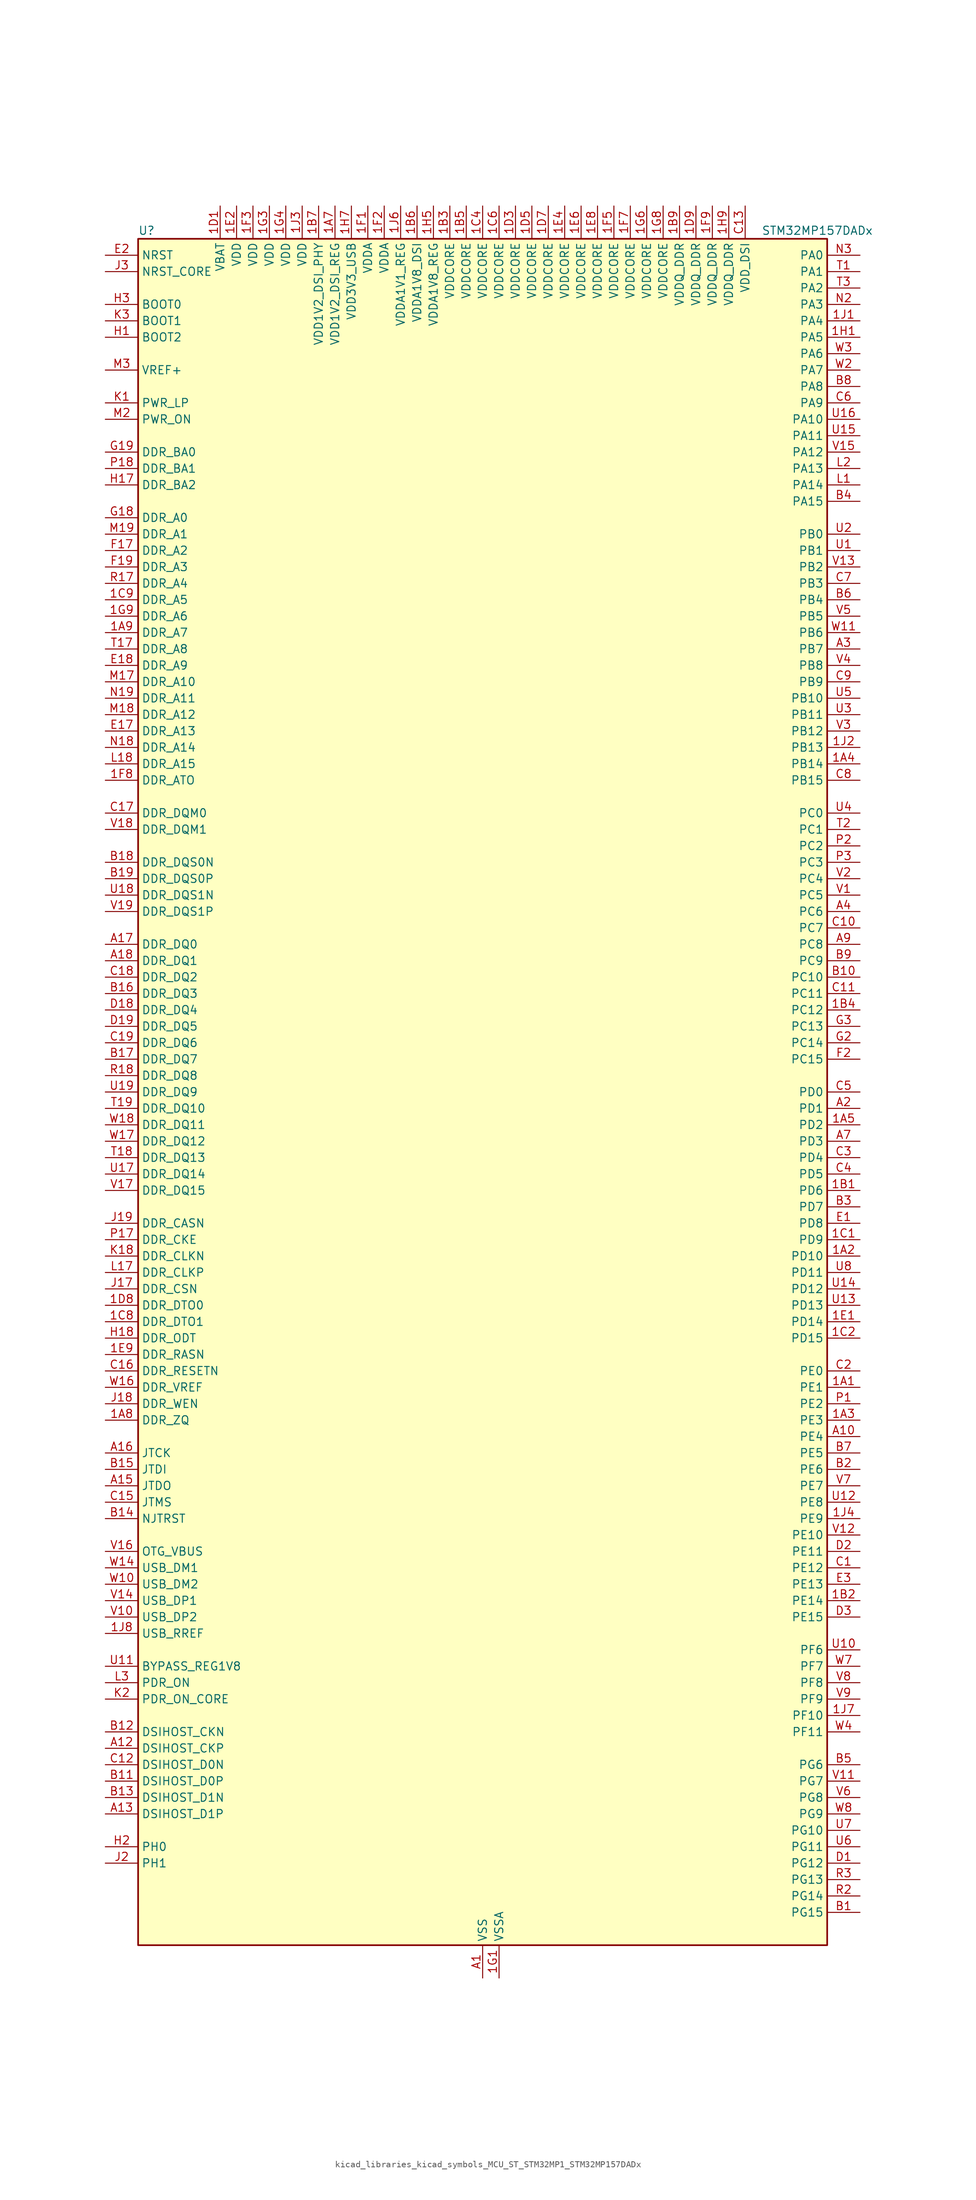
<source format=kicad_sym>
(kicad_symbol_lib
  (version 20220914)
  (generator kicad_symbol_editor)
  (symbol "kicad_libraries_kicad_symbols_MCU_ST_STM32MP1_STM32MP157DADx"
    (property "Reference" "U"
      (at -53.34 133.35 0)
      (effects (font (size 1.27 1.27)) (justify left)))
    (property "Value" "STM32MP157DADx"
      (at 43.18 133.35 0)
      (effects (font (size 1.27 1.27)) (justify left)))
    (property "ki_locked" ""
      (at 0 0 0)
      (effects (font (size 1.27 1.27))))
    (symbol "kicad_libraries_kicad_symbols_MCU_ST_STM32MP1_STM32MP157DADx_0_1"
      (rectangle (start -53.34 -132.08) (end 53.34 132.08) (stroke (width 0.254) (type default)) (fill (type background))))
    (symbol "kicad_libraries_kicad_symbols_MCU_ST_STM32MP1_STM32MP157DADx_1_1"
      (pin bidirectional line (at 58.42 -45.72 180) (length 5.08) (name "PE1" (effects (font (size 1.27 1.27)))) (number "1A1" (effects (font (size 1.27 1.27)))) (alternate "DCMI_D3" bidirectional line) (alternate "FMC_NBL1" bidirectional line) (alternate "I2S2_MCK" bidirectional line) (alternate "LPTIM1_IN2" bidirectional line) (alternate "SAI3_SD_B" bidirectional line) (alternate "UART8_TX" bidirectional line))
      (pin bidirectional line (at 58.42 -25.4 180) (length 5.08) (name "PD10" (effects (font (size 1.27 1.27)))) (number "1A2" (effects (font (size 1.27 1.27)))) (alternate "DFSDM1_CKOUT" bidirectional line) (alternate "FMC_D15" bidirectional line) (alternate "FMC_DA15" bidirectional line) (alternate "I2C5_SMBA" bidirectional line) (alternate "I2S3_SDI" bidirectional line) (alternate "LTDC_B3" bidirectional line) (alternate "RTC_REFIN" bidirectional line) (alternate "SAI3_FS_B" bidirectional line) (alternate "SPI3_MISO" bidirectional line) (alternate "TIM16_BKIN" bidirectional line) (alternate "USART3_CK" bidirectional line))
      (pin bidirectional line (at 58.42 -50.8 180) (length 5.08) (name "PE3" (effects (font (size 1.27 1.27)))) (number "1A3" (effects (font (size 1.27 1.27)))) (alternate "DEBUG_TRACED0" bidirectional line) (alternate "FMC_A19" bidirectional line) (alternate "SAI1_SD_B" bidirectional line) (alternate "SDMMC2_CK" bidirectional line) (alternate "TIM15_BKIN" bidirectional line))
      (pin bidirectional line (at 58.42 50.8 180) (length 5.08) (name "PB14" (effects (font (size 1.27 1.27)))) (number "1A4" (effects (font (size 1.27 1.27)))) (alternate "DFSDM1_DATIN2" bidirectional line) (alternate "I2S2_SDI" bidirectional line) (alternate "SDMMC2_D0" bidirectional line) (alternate "SPI2_MISO" bidirectional line) (alternate "TIM12_CH1" bidirectional line) (alternate "TIM1_CH2N" bidirectional line) (alternate "TIM8_CH2N" bidirectional line) (alternate "USART1_TX" bidirectional line) (alternate "USART3_DE" bidirectional line) (alternate "USART3_RTS" bidirectional line))
      (pin bidirectional line (at 58.42 -5.08 180) (length 5.08) (name "PD2" (effects (font (size 1.27 1.27)))) (number "1A5" (effects (font (size 1.27 1.27)))) (alternate "DCMI_D11" bidirectional line) (alternate "I2C5_SMBA" bidirectional line) (alternate "SDMMC1_CMD" bidirectional line) (alternate "TIM3_ETR" bidirectional line) (alternate "UART4_RX" bidirectional line) (alternate "UART5_RX" bidirectional line))
      (pin passive line (at 0 -137.16 90) (length 5.08) hide (name "VSS" (effects (font (size 1.27 1.27)))) (number "1A6" (effects (font (size 1.27 1.27)))))
      (pin power_in line (at -22.86 137.16 270) (length 5.08) (name "VDD1V2_DSI_REG" (effects (font (size 1.27 1.27)))) (number "1A7" (effects (font (size 1.27 1.27)))))
      (pin bidirectional line (at -58.42 -50.8 0) (length 5.08) (name "DDR_ZQ" (effects (font (size 1.27 1.27)))) (number "1A8" (effects (font (size 1.27 1.27)))) (alternate "DDR_ZQ" bidirectional line))
      (pin bidirectional line (at -58.42 71.12 0) (length 5.08) (name "DDR_A7" (effects (font (size 1.27 1.27)))) (number "1A9" (effects (font (size 1.27 1.27)))) (alternate "DDR_A7" bidirectional line))
      (pin bidirectional line (at 58.42 -15.24 180) (length 5.08) (name "PD6" (effects (font (size 1.27 1.27)))) (number "1B1" (effects (font (size 1.27 1.27)))) (alternate "DCMI_D10" bidirectional line) (alternate "DFSDM1_CKIN4" bidirectional line) (alternate "DFSDM1_DATIN1" bidirectional line) (alternate "FMC_NWAIT" bidirectional line) (alternate "I2S3_SDO" bidirectional line) (alternate "LTDC_B2" bidirectional line) (alternate "SAI1_D1" bidirectional line) (alternate "SAI1_SD_A" bidirectional line) (alternate "SPI3_MOSI" bidirectional line) (alternate "TIM16_CH1N" bidirectional line) (alternate "USART2_RX" bidirectional line))
      (pin bidirectional line (at 58.42 -78.74 180) (length 5.08) (name "PE14" (effects (font (size 1.27 1.27)))) (number "1B2" (effects (font (size 1.27 1.27)))) (alternate "FMC_D11" bidirectional line) (alternate "FMC_DA11" bidirectional line) (alternate "LTDC_CLK" bidirectional line) (alternate "LTDC_G0" bidirectional line) (alternate "SAI2_MCLK_B" bidirectional line) (alternate "SDMMC1_D123DIR" bidirectional line) (alternate "SPI4_MOSI" bidirectional line) (alternate "TIM1_CH4" bidirectional line) (alternate "UART8_DE" bidirectional line) (alternate "UART8_RTS" bidirectional line))
      (pin power_in line (at -5.08 137.16 270) (length 5.08) (name "VDDCORE" (effects (font (size 1.27 1.27)))) (number "1B3" (effects (font (size 1.27 1.27)))))
      (pin bidirectional line (at 58.42 12.7 180) (length 5.08) (name "PC12" (effects (font (size 1.27 1.27)))) (number "1B4" (effects (font (size 1.27 1.27)))) (alternate "DCMI_D9" bidirectional line) (alternate "DEBUG_TRACECLK" bidirectional line) (alternate "I2S3_SDO" bidirectional line) (alternate "RCC_MCO_2" bidirectional line) (alternate "SAI4_D3" bidirectional line) (alternate "SAI4_SD_B" bidirectional line) (alternate "SDMMC1_CK" bidirectional line) (alternate "SPI3_MOSI" bidirectional line) (alternate "UART5_TX" bidirectional line) (alternate "USART3_CK" bidirectional line))
      (pin power_in line (at -2.54 137.16 270) (length 5.08) (name "VDDCORE" (effects (font (size 1.27 1.27)))) (number "1B5" (effects (font (size 1.27 1.27)))))
      (pin power_in line (at -10.16 137.16 270) (length 5.08) (name "VDDA1V8_DSI" (effects (font (size 1.27 1.27)))) (number "1B6" (effects (font (size 1.27 1.27)))))
      (pin power_in line (at -25.4 137.16 270) (length 5.08) (name "VDD1V2_DSI_PHY" (effects (font (size 1.27 1.27)))) (number "1B7" (effects (font (size 1.27 1.27)))))
      (pin passive line (at 0 -137.16 90) (length 5.08) hide (name "VSS" (effects (font (size 1.27 1.27)))) (number "1B8" (effects (font (size 1.27 1.27)))))
      (pin power_in line (at 30.48 137.16 270) (length 5.08) (name "VDDQ_DDR" (effects (font (size 1.27 1.27)))) (number "1B9" (effects (font (size 1.27 1.27)))))
      (pin bidirectional line (at 58.42 -22.86 180) (length 5.08) (name "PD9" (effects (font (size 1.27 1.27)))) (number "1C1" (effects (font (size 1.27 1.27)))) (alternate "DAC1_EXTI9" bidirectional line) (alternate "DCMI_HSYNC" bidirectional line) (alternate "DFSDM1_DATIN3" bidirectional line) (alternate "FMC_D14" bidirectional line) (alternate "FMC_DA14" bidirectional line) (alternate "LTDC_B0" bidirectional line) (alternate "SAI3_SD_B" bidirectional line) (alternate "USART3_RX" bidirectional line))
      (pin bidirectional line (at 58.42 -38.1 180) (length 5.08) (name "PD15" (effects (font (size 1.27 1.27)))) (number "1C2" (effects (font (size 1.27 1.27)))) (alternate "ADC1_EXTI15" bidirectional line) (alternate "ADC2_EXTI15" bidirectional line) (alternate "FMC_D1" bidirectional line) (alternate "FMC_DA1" bidirectional line) (alternate "LTDC_R1" bidirectional line) (alternate "SAI3_MCLK_A" bidirectional line) (alternate "TIM4_CH4" bidirectional line) (alternate "UART8_CTS" bidirectional line))
      (pin passive line (at 0 -137.16 90) (length 5.08) hide (name "VSS" (effects (font (size 1.27 1.27)))) (number "1C3" (effects (font (size 1.27 1.27)))))
      (pin power_in line (at 0 137.16 270) (length 5.08) (name "VDDCORE" (effects (font (size 1.27 1.27)))) (number "1C4" (effects (font (size 1.27 1.27)))))
      (pin passive line (at 0 -137.16 90) (length 5.08) hide (name "VSS" (effects (font (size 1.27 1.27)))) (number "1C5" (effects (font (size 1.27 1.27)))))
      (pin power_in line (at 2.54 137.16 270) (length 5.08) (name "VDDCORE" (effects (font (size 1.27 1.27)))) (number "1C6" (effects (font (size 1.27 1.27)))))
      (pin passive line (at 0 -137.16 90) (length 5.08) hide (name "VSS" (effects (font (size 1.27 1.27)))) (number "1C7" (effects (font (size 1.27 1.27)))))
      (pin bidirectional line (at -58.42 -35.56 0) (length 5.08) (name "DDR_DTO1" (effects (font (size 1.27 1.27)))) (number "1C8" (effects (font (size 1.27 1.27)))) (alternate "DDR_DTO1" bidirectional line))
      (pin bidirectional line (at -58.42 76.2 0) (length 5.08) (name "DDR_A5" (effects (font (size 1.27 1.27)))) (number "1C9" (effects (font (size 1.27 1.27)))) (alternate "DDR_A5" bidirectional line))
      (pin power_in line (at -40.64 137.16 270) (length 5.08) (name "VBAT" (effects (font (size 1.27 1.27)))) (number "1D1" (effects (font (size 1.27 1.27)))))
      (pin passive line (at 0 -137.16 90) (length 5.08) hide (name "VSS" (effects (font (size 1.27 1.27)))) (number "1D2" (effects (font (size 1.27 1.27)))))
      (pin power_in line (at 5.08 137.16 270) (length 5.08) (name "VDDCORE" (effects (font (size 1.27 1.27)))) (number "1D3" (effects (font (size 1.27 1.27)))))
      (pin passive line (at 0 -137.16 90) (length 5.08) hide (name "VSS" (effects (font (size 1.27 1.27)))) (number "1D4" (effects (font (size 1.27 1.27)))))
      (pin power_in line (at 7.62 137.16 270) (length 5.08) (name "VDDCORE" (effects (font (size 1.27 1.27)))) (number "1D5" (effects (font (size 1.27 1.27)))))
      (pin passive line (at 0 -137.16 90) (length 5.08) hide (name "VSS" (effects (font (size 1.27 1.27)))) (number "1D6" (effects (font (size 1.27 1.27)))))
      (pin power_in line (at 10.16 137.16 270) (length 5.08) (name "VDDCORE" (effects (font (size 1.27 1.27)))) (number "1D7" (effects (font (size 1.27 1.27)))))
      (pin bidirectional line (at -58.42 -33.02 0) (length 5.08) (name "DDR_DTO0" (effects (font (size 1.27 1.27)))) (number "1D8" (effects (font (size 1.27 1.27)))) (alternate "DDR_DTO0" bidirectional line))
      (pin power_in line (at 33.02 137.16 270) (length 5.08) (name "VDDQ_DDR" (effects (font (size 1.27 1.27)))) (number "1D9" (effects (font (size 1.27 1.27)))))
      (pin bidirectional line (at 58.42 -35.56 180) (length 5.08) (name "PD14" (effects (font (size 1.27 1.27)))) (number "1E1" (effects (font (size 1.27 1.27)))) (alternate "FMC_D0" bidirectional line) (alternate "FMC_DA0" bidirectional line) (alternate "SAI3_MCLK_B" bidirectional line) (alternate "TIM4_CH3" bidirectional line) (alternate "UART8_CTS" bidirectional line))
      (pin power_in line (at -38.1 137.16 270) (length 5.08) (name "VDD" (effects (font (size 1.27 1.27)))) (number "1E2" (effects (font (size 1.27 1.27)))))
      (pin passive line (at 0 -137.16 90) (length 5.08) hide (name "VSS" (effects (font (size 1.27 1.27)))) (number "1E3" (effects (font (size 1.27 1.27)))))
      (pin power_in line (at 12.7 137.16 270) (length 5.08) (name "VDDCORE" (effects (font (size 1.27 1.27)))) (number "1E4" (effects (font (size 1.27 1.27)))))
      (pin passive line (at 0 -137.16 90) (length 5.08) hide (name "VSS" (effects (font (size 1.27 1.27)))) (number "1E5" (effects (font (size 1.27 1.27)))))
      (pin power_in line (at 15.24 137.16 270) (length 5.08) (name "VDDCORE" (effects (font (size 1.27 1.27)))) (number "1E6" (effects (font (size 1.27 1.27)))))
      (pin passive line (at 0 -137.16 90) (length 5.08) hide (name "VSS" (effects (font (size 1.27 1.27)))) (number "1E7" (effects (font (size 1.27 1.27)))))
      (pin power_in line (at 17.78 137.16 270) (length 5.08) (name "VDDCORE" (effects (font (size 1.27 1.27)))) (number "1E8" (effects (font (size 1.27 1.27)))))
      (pin bidirectional line (at -58.42 -40.64 0) (length 5.08) (name "DDR_RASN" (effects (font (size 1.27 1.27)))) (number "1E9" (effects (font (size 1.27 1.27)))) (alternate "DDR_RASN" bidirectional line))
      (pin power_in line (at -17.78 137.16 270) (length 5.08) (name "VDDA" (effects (font (size 1.27 1.27)))) (number "1F1" (effects (font (size 1.27 1.27)))))
      (pin power_in line (at -15.24 137.16 270) (length 5.08) (name "VDDA" (effects (font (size 1.27 1.27)))) (number "1F2" (effects (font (size 1.27 1.27)))))
      (pin power_in line (at -35.56 137.16 270) (length 5.08) (name "VDD" (effects (font (size 1.27 1.27)))) (number "1F3" (effects (font (size 1.27 1.27)))))
      (pin passive line (at 0 -137.16 90) (length 5.08) hide (name "VSS" (effects (font (size 1.27 1.27)))) (number "1F4" (effects (font (size 1.27 1.27)))))
      (pin power_in line (at 20.32 137.16 270) (length 5.08) (name "VDDCORE" (effects (font (size 1.27 1.27)))) (number "1F5" (effects (font (size 1.27 1.27)))))
      (pin passive line (at 0 -137.16 90) (length 5.08) hide (name "VSS" (effects (font (size 1.27 1.27)))) (number "1F6" (effects (font (size 1.27 1.27)))))
      (pin power_in line (at 22.86 137.16 270) (length 5.08) (name "VDDCORE" (effects (font (size 1.27 1.27)))) (number "1F7" (effects (font (size 1.27 1.27)))))
      (pin bidirectional line (at -58.42 48.26 0) (length 5.08) (name "DDR_ATO" (effects (font (size 1.27 1.27)))) (number "1F8" (effects (font (size 1.27 1.27)))) (alternate "DDR_ATO" bidirectional line))
      (pin power_in line (at 35.56 137.16 270) (length 5.08) (name "VDDQ_DDR" (effects (font (size 1.27 1.27)))) (number "1F9" (effects (font (size 1.27 1.27)))))
      (pin power_in line (at 2.54 -137.16 90) (length 5.08) (name "VSSA" (effects (font (size 1.27 1.27)))) (number "1G1" (effects (font (size 1.27 1.27)))))
      (pin passive line (at 0 -137.16 90) (length 5.08) hide (name "VSS" (effects (font (size 1.27 1.27)))) (number "1G2" (effects (font (size 1.27 1.27)))))
      (pin power_in line (at -33.02 137.16 270) (length 5.08) (name "VDD" (effects (font (size 1.27 1.27)))) (number "1G3" (effects (font (size 1.27 1.27)))))
      (pin power_in line (at -30.48 137.16 270) (length 5.08) (name "VDD" (effects (font (size 1.27 1.27)))) (number "1G4" (effects (font (size 1.27 1.27)))))
      (pin passive line (at 0 -137.16 90) (length 5.08) hide (name "VSS" (effects (font (size 1.27 1.27)))) (number "1G5" (effects (font (size 1.27 1.27)))))
      (pin power_in line (at 25.4 137.16 270) (length 5.08) (name "VDDCORE" (effects (font (size 1.27 1.27)))) (number "1G6" (effects (font (size 1.27 1.27)))))
      (pin passive line (at 0 -137.16 90) (length 5.08) hide (name "VSS" (effects (font (size 1.27 1.27)))) (number "1G7" (effects (font (size 1.27 1.27)))))
      (pin power_in line (at 27.94 137.16 270) (length 5.08) (name "VDDCORE" (effects (font (size 1.27 1.27)))) (number "1G8" (effects (font (size 1.27 1.27)))))
      (pin bidirectional line (at -58.42 73.66 0) (length 5.08) (name "DDR_A6" (effects (font (size 1.27 1.27)))) (number "1G9" (effects (font (size 1.27 1.27)))) (alternate "DDR_A6" bidirectional line))
      (pin bidirectional line (at 58.42 116.84 180) (length 5.08) (name "PA5" (effects (font (size 1.27 1.27)))) (number "1H1" (effects (font (size 1.27 1.27)))) (alternate "ADC1_INN18" bidirectional line) (alternate "ADC1_INP19" bidirectional line) (alternate "ADC2_INN18" bidirectional line) (alternate "ADC2_INP19" bidirectional line) (alternate "DAC1_OUT2" bidirectional line) (alternate "I2S1_CK" bidirectional line) (alternate "LTDC_R4" bidirectional line) (alternate "SAI4_CK1" bidirectional line) (alternate "SAI4_MCLK_A" bidirectional line) (alternate "SPI1_SCK" bidirectional line) (alternate "SPI6_SCK" bidirectional line) (alternate "TIM2_CH1" bidirectional line) (alternate "TIM2_ETR" bidirectional line) (alternate "TIM8_CH1N" bidirectional line))
      (pin passive line (at 0 -137.16 90) (length 5.08) hide (name "VSS" (effects (font (size 1.27 1.27)))) (number "1H2" (effects (font (size 1.27 1.27)))))
      (pin passive line (at 0 -137.16 90) (length 5.08) hide (name "VSS" (effects (font (size 1.27 1.27)))) (number "1H3" (effects (font (size 1.27 1.27)))))
      (pin passive line (at 0 -137.16 90) (length 5.08) hide (name "VSS" (effects (font (size 1.27 1.27)))) (number "1H4" (effects (font (size 1.27 1.27)))))
      (pin power_in line (at -7.62 137.16 270) (length 5.08) (name "VDDA1V8_REG" (effects (font (size 1.27 1.27)))) (number "1H5" (effects (font (size 1.27 1.27)))))
      (pin passive line (at 0 -137.16 90) (length 5.08) hide (name "VSS" (effects (font (size 1.27 1.27)))) (number "1H6" (effects (font (size 1.27 1.27)))))
      (pin power_in line (at -20.32 137.16 270) (length 5.08) (name "VDD3V3_USB" (effects (font (size 1.27 1.27)))) (number "1H7" (effects (font (size 1.27 1.27)))))
      (pin passive line (at 0 -137.16 90) (length 5.08) hide (name "VSS" (effects (font (size 1.27 1.27)))) (number "1H8" (effects (font (size 1.27 1.27)))))
      (pin power_in line (at 38.1 137.16 270) (length 5.08) (name "VDDQ_DDR" (effects (font (size 1.27 1.27)))) (number "1H9" (effects (font (size 1.27 1.27)))))
      (pin bidirectional line (at 58.42 119.38 180) (length 5.08) (name "PA4" (effects (font (size 1.27 1.27)))) (number "1J1" (effects (font (size 1.27 1.27)))) (alternate "ADC1_INP18" bidirectional line) (alternate "ADC2_INP18" bidirectional line) (alternate "DAC1_OUT1" bidirectional line) (alternate "DCMI_HSYNC" bidirectional line) (alternate "HDP_HDP0" bidirectional line) (alternate "I2S1_WS" bidirectional line) (alternate "I2S3_WS" bidirectional line) (alternate "LTDC_VSYNC" bidirectional line) (alternate "SAI4_D2" bidirectional line) (alternate "SAI4_FS_A" bidirectional line) (alternate "SPI1_NSS" bidirectional line) (alternate "SPI3_NSS" bidirectional line) (alternate "SPI6_NSS" bidirectional line) (alternate "TIM5_ETR" bidirectional line) (alternate "USART2_CK" bidirectional line))
      (pin bidirectional line (at 58.42 53.34 180) (length 5.08) (name "PB13" (effects (font (size 1.27 1.27)))) (number "1J2" (effects (font (size 1.27 1.27)))) (alternate "DFSDM1_CKIN1" bidirectional line) (alternate "DFSDM1_CKOUT" bidirectional line) (alternate "ETH1_TXD1" bidirectional line) (alternate "FDCAN2_TX" bidirectional line) (alternate "I2S2_CK" bidirectional line) (alternate "LPTIM2_OUT" bidirectional line) (alternate "SPI2_SCK" bidirectional line) (alternate "TIM1_CH1N" bidirectional line) (alternate "UART5_TX" bidirectional line) (alternate "USART3_CTS" bidirectional line) (alternate "USART3_NSS" bidirectional line))
      (pin power_in line (at -27.94 137.16 270) (length 5.08) (name "VDD" (effects (font (size 1.27 1.27)))) (number "1J3" (effects (font (size 1.27 1.27)))))
      (pin bidirectional line (at 58.42 -66.04 180) (length 5.08) (name "PE9" (effects (font (size 1.27 1.27)))) (number "1J4" (effects (font (size 1.27 1.27)))) (alternate "DAC1_EXTI9" bidirectional line) (alternate "DFSDM1_CKOUT" bidirectional line) (alternate "FMC_D6" bidirectional line) (alternate "FMC_DA6" bidirectional line) (alternate "QUADSPI_BK2_IO2" bidirectional line) (alternate "TIM1_CH1" bidirectional line) (alternate "UART7_DE" bidirectional line) (alternate "UART7_RTS" bidirectional line))
      (pin passive line (at 0 -137.16 90) (length 5.08) hide (name "VSS" (effects (font (size 1.27 1.27)))) (number "1J5" (effects (font (size 1.27 1.27)))))
      (pin power_in line (at -12.7 137.16 270) (length 5.08) (name "VDDA1V1_REG" (effects (font (size 1.27 1.27)))) (number "1J6" (effects (font (size 1.27 1.27)))))
      (pin bidirectional line (at 58.42 -96.52 180) (length 5.08) (name "PF10" (effects (font (size 1.27 1.27)))) (number "1J7" (effects (font (size 1.27 1.27)))) (alternate "DCMI_D11" bidirectional line) (alternate "LTDC_DE" bidirectional line) (alternate "QUADSPI_CLK" bidirectional line) (alternate "SAI1_D3" bidirectional line) (alternate "SAI1_D4" bidirectional line) (alternate "SAI4_D3" bidirectional line) (alternate "SAI4_D4" bidirectional line) (alternate "TIM16_BKIN" bidirectional line))
      (pin bidirectional line (at -58.42 -83.82 0) (length 5.08) (name "USB_RREF" (effects (font (size 1.27 1.27)))) (number "1J8" (effects (font (size 1.27 1.27)))))
      (pin passive line (at 0 -137.16 90) (length 5.08) hide (name "VSS" (effects (font (size 1.27 1.27)))) (number "1J9" (effects (font (size 1.27 1.27)))))
      (pin power_in line (at 0 -137.16 90) (length 5.08) (name "VSS" (effects (font (size 1.27 1.27)))) (number "A1" (effects (font (size 1.27 1.27)))))
      (pin bidirectional line (at 58.42 -53.34 180) (length 5.08) (name "PE4" (effects (font (size 1.27 1.27)))) (number "A10" (effects (font (size 1.27 1.27)))) (alternate "DCMI_D4" bidirectional line) (alternate "DEBUG_TRACED1" bidirectional line) (alternate "DFSDM1_DATIN3" bidirectional line) (alternate "FMC_A20" bidirectional line) (alternate "LTDC_B0" bidirectional line) (alternate "SAI1_D2" bidirectional line) (alternate "SAI1_FS_A" bidirectional line) (alternate "SDMMC1_CKIN" bidirectional line) (alternate "SDMMC1_D4" bidirectional line) (alternate "SDMMC2_CKIN" bidirectional line) (alternate "SDMMC2_D4" bidirectional line) (alternate "SPI4_NSS" bidirectional line) (alternate "TIM15_CH1N" bidirectional line))
      (pin bidirectional line (at -58.42 -101.6 0) (length 5.08) (name "DSIHOST_CKP" (effects (font (size 1.27 1.27)))) (number "A12" (effects (font (size 1.27 1.27)))) (alternate "DSIHOST_CKP" bidirectional line))
      (pin bidirectional line (at -58.42 -111.76 0) (length 5.08) (name "DSIHOST_D1P" (effects (font (size 1.27 1.27)))) (number "A13" (effects (font (size 1.27 1.27)))) (alternate "DSIHOST_D1P" bidirectional line))
      (pin bidirectional line (at -58.42 -60.96 0) (length 5.08) (name "JTDO" (effects (font (size 1.27 1.27)))) (number "A15" (effects (font (size 1.27 1.27)))) (alternate "DEBUG_JTDO-SWO" bidirectional line))
      (pin bidirectional line (at -58.42 -55.88 0) (length 5.08) (name "JTCK" (effects (font (size 1.27 1.27)))) (number "A16" (effects (font (size 1.27 1.27)))) (alternate "DEBUG_JTCK-SWCLK" bidirectional line))
      (pin bidirectional line (at -58.42 22.86 0) (length 5.08) (name "DDR_DQ0" (effects (font (size 1.27 1.27)))) (number "A17" (effects (font (size 1.27 1.27)))) (alternate "DDR_DQ0" bidirectional line))
      (pin bidirectional line (at -58.42 20.32 0) (length 5.08) (name "DDR_DQ1" (effects (font (size 1.27 1.27)))) (number "A18" (effects (font (size 1.27 1.27)))) (alternate "DDR_DQ1" bidirectional line))
      (pin passive line (at 0 -137.16 90) (length 5.08) hide (name "VSS" (effects (font (size 1.27 1.27)))) (number "A19" (effects (font (size 1.27 1.27)))))
      (pin bidirectional line (at 58.42 -2.54 180) (length 5.08) (name "PD1" (effects (font (size 1.27 1.27)))) (number "A2" (effects (font (size 1.27 1.27)))) (alternate "DFSDM1_CKIN7" bidirectional line) (alternate "DFSDM1_DATIN6" bidirectional line) (alternate "FDCAN1_TX" bidirectional line) (alternate "FMC_D3" bidirectional line) (alternate "FMC_DA3" bidirectional line) (alternate "I2C5_SCL" bidirectional line) (alternate "I2C6_SCL" bidirectional line) (alternate "SAI3_SD_A" bidirectional line) (alternate "SDMMC3_D0" bidirectional line) (alternate "UART4_TX" bidirectional line))
      (pin bidirectional line (at 58.42 68.58 180) (length 5.08) (name "PB7" (effects (font (size 1.27 1.27)))) (number "A3" (effects (font (size 1.27 1.27)))) (alternate "DCMI_VSYNC" bidirectional line) (alternate "DFSDM1_CKIN5" bidirectional line) (alternate "FMC_NL" bidirectional line) (alternate "I2C1_SDA" bidirectional line) (alternate "I2C4_SDA" bidirectional line) (alternate "SDMMC2_D1" bidirectional line) (alternate "TIM17_CH1N" bidirectional line) (alternate "TIM4_CH2" bidirectional line) (alternate "USART1_RX" bidirectional line))
      (pin bidirectional line (at 58.42 27.94 180) (length 5.08) (name "PC6" (effects (font (size 1.27 1.27)))) (number "A4" (effects (font (size 1.27 1.27)))) (alternate "DCMI_D0" bidirectional line) (alternate "DFSDM1_CKIN3" bidirectional line) (alternate "DSIHOST_TE" bidirectional line) (alternate "HDP_HDP1" bidirectional line) (alternate "I2S2_MCK" bidirectional line) (alternate "LTDC_HSYNC" bidirectional line) (alternate "SDMMC1_D0DIR" bidirectional line) (alternate "SDMMC1_D6" bidirectional line) (alternate "SDMMC2_D0DIR" bidirectional line) (alternate "SDMMC2_D6" bidirectional line) (alternate "TIM3_CH1" bidirectional line) (alternate "TIM8_CH1" bidirectional line) (alternate "USART6_TX" bidirectional line))
      (pin passive line (at 0 -137.16 90) (length 5.08) hide (name "VSS" (effects (font (size 1.27 1.27)))) (number "A6" (effects (font (size 1.27 1.27)))))
      (pin bidirectional line (at 58.42 -7.62 180) (length 5.08) (name "PD3" (effects (font (size 1.27 1.27)))) (number "A7" (effects (font (size 1.27 1.27)))) (alternate "DCMI_D5" bidirectional line) (alternate "DFSDM1_CKOUT" bidirectional line) (alternate "DFSDM1_DATIN0" bidirectional line) (alternate "FMC_CLK" bidirectional line) (alternate "HDP_HDP5" bidirectional line) (alternate "I2S2_CK" bidirectional line) (alternate "LTDC_G7" bidirectional line) (alternate "SDMMC1_D123DIR" bidirectional line) (alternate "SDMMC1_D7" bidirectional line) (alternate "SDMMC2_D123DIR" bidirectional line) (alternate "SDMMC2_D7" bidirectional line) (alternate "SPI2_SCK" bidirectional line) (alternate "USART2_CTS" bidirectional line) (alternate "USART2_NSS" bidirectional line))
      (pin bidirectional line (at 58.42 22.86 180) (length 5.08) (name "PC8" (effects (font (size 1.27 1.27)))) (number "A9" (effects (font (size 1.27 1.27)))) (alternate "DCMI_D2" bidirectional line) (alternate "DEBUG_TRACED0" bidirectional line) (alternate "SDMMC1_D0" bidirectional line) (alternate "TIM3_CH3" bidirectional line) (alternate "TIM8_CH3" bidirectional line) (alternate "UART4_TX" bidirectional line) (alternate "UART5_DE" bidirectional line) (alternate "UART5_RTS" bidirectional line) (alternate "USART6_CK" bidirectional line))
      (pin bidirectional line (at 58.42 -127 180) (length 5.08) (name "PG15" (effects (font (size 1.27 1.27)))) (number "B1" (effects (font (size 1.27 1.27)))) (alternate "ADC1_EXTI15" bidirectional line) (alternate "ADC2_EXTI15" bidirectional line) (alternate "DCMI_D13" bidirectional line) (alternate "DEBUG_TRACED7" bidirectional line) (alternate "I2C2_SDA" bidirectional line) (alternate "SAI1_D2" bidirectional line) (alternate "SAI1_FS_A" bidirectional line) (alternate "SDMMC3_CK" bidirectional line) (alternate "USART6_CTS" bidirectional line) (alternate "USART6_NSS" bidirectional line))
      (pin bidirectional line (at 58.42 17.78 180) (length 5.08) (name "PC10" (effects (font (size 1.27 1.27)))) (number "B10" (effects (font (size 1.27 1.27)))) (alternate "DCMI_D8" bidirectional line) (alternate "DEBUG_TRACED2" bidirectional line) (alternate "DFSDM1_CKIN5" bidirectional line) (alternate "I2S3_CK" bidirectional line) (alternate "LTDC_R2" bidirectional line) (alternate "QUADSPI_BK1_IO1" bidirectional line) (alternate "SAI4_MCLK_B" bidirectional line) (alternate "SDMMC1_D2" bidirectional line) (alternate "SPI3_SCK" bidirectional line) (alternate "UART4_TX" bidirectional line) (alternate "USART3_TX" bidirectional line))
      (pin bidirectional line (at -58.42 -106.68 0) (length 5.08) (name "DSIHOST_D0P" (effects (font (size 1.27 1.27)))) (number "B11" (effects (font (size 1.27 1.27)))) (alternate "DSIHOST_D0P" bidirectional line))
      (pin bidirectional line (at -58.42 -99.06 0) (length 5.08) (name "DSIHOST_CKN" (effects (font (size 1.27 1.27)))) (number "B12" (effects (font (size 1.27 1.27)))) (alternate "DSIHOST_CKN" bidirectional line))
      (pin bidirectional line (at -58.42 -109.22 0) (length 5.08) (name "DSIHOST_D1N" (effects (font (size 1.27 1.27)))) (number "B13" (effects (font (size 1.27 1.27)))) (alternate "DSIHOST_D1N" bidirectional line))
      (pin bidirectional line (at -58.42 -66.04 0) (length 5.08) (name "NJTRST" (effects (font (size 1.27 1.27)))) (number "B14" (effects (font (size 1.27 1.27)))) (alternate "DEBUG_JTRST" bidirectional line))
      (pin bidirectional line (at -58.42 -58.42 0) (length 5.08) (name "JTDI" (effects (font (size 1.27 1.27)))) (number "B15" (effects (font (size 1.27 1.27)))) (alternate "DEBUG_JTDI" bidirectional line))
      (pin bidirectional line (at -58.42 15.24 0) (length 5.08) (name "DDR_DQ3" (effects (font (size 1.27 1.27)))) (number "B16" (effects (font (size 1.27 1.27)))) (alternate "DDR_DQ3" bidirectional line))
      (pin bidirectional line (at -58.42 5.08 0) (length 5.08) (name "DDR_DQ7" (effects (font (size 1.27 1.27)))) (number "B17" (effects (font (size 1.27 1.27)))) (alternate "DDR_DQ7" bidirectional line))
      (pin bidirectional line (at -58.42 35.56 0) (length 5.08) (name "DDR_DQS0N" (effects (font (size 1.27 1.27)))) (number "B18" (effects (font (size 1.27 1.27)))) (alternate "DDR_DQS0N" bidirectional line))
      (pin bidirectional line (at -58.42 33.02 0) (length 5.08) (name "DDR_DQS0P" (effects (font (size 1.27 1.27)))) (number "B19" (effects (font (size 1.27 1.27)))) (alternate "DDR_DQS0P" bidirectional line))
      (pin bidirectional line (at 58.42 -58.42 180) (length 5.08) (name "PE6" (effects (font (size 1.27 1.27)))) (number "B2" (effects (font (size 1.27 1.27)))) (alternate "DCMI_D7" bidirectional line) (alternate "DEBUG_TRACED2" bidirectional line) (alternate "FMC_A22" bidirectional line) (alternate "LTDC_G1" bidirectional line) (alternate "SAI1_D1" bidirectional line) (alternate "SAI1_SD_A" bidirectional line) (alternate "SAI2_MCLK_B" bidirectional line) (alternate "SDMMC1_D2" bidirectional line) (alternate "SDMMC2_D0" bidirectional line) (alternate "SPI4_MOSI" bidirectional line) (alternate "TIM15_CH2" bidirectional line) (alternate "TIM1_BKIN2" bidirectional line))
      (pin bidirectional line (at 58.42 -17.78 180) (length 5.08) (name "PD7" (effects (font (size 1.27 1.27)))) (number "B3" (effects (font (size 1.27 1.27)))) (alternate "DEBUG_TRACED6" bidirectional line) (alternate "DFSDM1_CKIN1" bidirectional line) (alternate "DFSDM1_DATIN4" bidirectional line) (alternate "FMC_NE1" bidirectional line) (alternate "I2C2_SCL" bidirectional line) (alternate "SDMMC3_D3" bidirectional line) (alternate "SPDIFRX_IN0" bidirectional line) (alternate "USART2_CK" bidirectional line))
      (pin bidirectional line (at 58.42 91.44 180) (length 5.08) (name "PA15" (effects (font (size 1.27 1.27)))) (number "B4" (effects (font (size 1.27 1.27)))) (alternate "ADC1_EXTI15" bidirectional line) (alternate "ADC2_EXTI15" bidirectional line) (alternate "CEC" bidirectional line) (alternate "DEBUG_DBTRGI" bidirectional line) (alternate "I2S1_WS" bidirectional line) (alternate "I2S3_WS" bidirectional line) (alternate "LTDC_R1" bidirectional line) (alternate "SAI4_D2" bidirectional line) (alternate "SAI4_FS_A" bidirectional line) (alternate "SDMMC1_CDIR" bidirectional line) (alternate "SDMMC1_D5" bidirectional line) (alternate "SDMMC2_CDIR" bidirectional line) (alternate "SDMMC2_D5" bidirectional line) (alternate "SPI1_NSS" bidirectional line) (alternate "SPI3_NSS" bidirectional line) (alternate "SPI6_NSS" bidirectional line) (alternate "TIM2_CH1" bidirectional line) (alternate "TIM2_ETR" bidirectional line) (alternate "UART4_DE" bidirectional line) (alternate "UART4_RTS" bidirectional line) (alternate "UART7_TX" bidirectional line))
      (pin bidirectional line (at 58.42 -104.14 180) (length 5.08) (name "PG6" (effects (font (size 1.27 1.27)))) (number "B5" (effects (font (size 1.27 1.27)))) (alternate "DCMI_D12" bidirectional line) (alternate "DEBUG_TRACED14" bidirectional line) (alternate "LTDC_R7" bidirectional line) (alternate "SDMMC2_CMD" bidirectional line) (alternate "TIM17_BKIN" bidirectional line))
      (pin bidirectional line (at 58.42 76.2 180) (length 5.08) (name "PB4" (effects (font (size 1.27 1.27)))) (number "B6" (effects (font (size 1.27 1.27)))) (alternate "DEBUG_TRACED8" bidirectional line) (alternate "I2S1_SDI" bidirectional line) (alternate "I2S2_WS" bidirectional line) (alternate "I2S3_SDI" bidirectional line) (alternate "SAI4_CK2" bidirectional line) (alternate "SAI4_SCK_A" bidirectional line) (alternate "SDMMC2_D3" bidirectional line) (alternate "SPI1_MISO" bidirectional line) (alternate "SPI2_NSS" bidirectional line) (alternate "SPI3_MISO" bidirectional line) (alternate "SPI6_MISO" bidirectional line) (alternate "TIM16_BKIN" bidirectional line) (alternate "TIM3_CH1" bidirectional line) (alternate "UART7_TX" bidirectional line))
      (pin bidirectional line (at 58.42 -55.88 180) (length 5.08) (name "PE5" (effects (font (size 1.27 1.27)))) (number "B7" (effects (font (size 1.27 1.27)))) (alternate "DCMI_D6" bidirectional line) (alternate "DEBUG_TRACED3" bidirectional line) (alternate "DFSDM1_CKIN3" bidirectional line) (alternate "FMC_A21" bidirectional line) (alternate "LTDC_G0" bidirectional line) (alternate "SAI1_CK2" bidirectional line) (alternate "SAI1_SCK_A" bidirectional line) (alternate "SDMMC1_D0DIR" bidirectional line) (alternate "SDMMC1_D6" bidirectional line) (alternate "SDMMC2_D0DIR" bidirectional line) (alternate "SDMMC2_D6" bidirectional line) (alternate "SPI4_MISO" bidirectional line) (alternate "TIM15_CH1" bidirectional line))
      (pin bidirectional line (at 58.42 109.22 180) (length 5.08) (name "PA8" (effects (font (size 1.27 1.27)))) (number "B8" (effects (font (size 1.27 1.27)))) (alternate "I2C3_SCL" bidirectional line) (alternate "I2S3_SDO" bidirectional line) (alternate "LTDC_R6" bidirectional line) (alternate "RCC_MCO_1" bidirectional line) (alternate "SAI4_SD_B" bidirectional line) (alternate "SDMMC2_CKIN" bidirectional line) (alternate "SDMMC2_D4" bidirectional line) (alternate "SPI3_MOSI" bidirectional line) (alternate "TIM1_CH1" bidirectional line) (alternate "TIM8_BKIN2" bidirectional line) (alternate "UART7_RX" bidirectional line) (alternate "USART1_CK" bidirectional line) (alternate "USB_OTG_HS_SOF" bidirectional line))
      (pin bidirectional line (at 58.42 20.32 180) (length 5.08) (name "PC9" (effects (font (size 1.27 1.27)))) (number "B9" (effects (font (size 1.27 1.27)))) (alternate "DAC1_EXTI9" bidirectional line) (alternate "DCMI_D3" bidirectional line) (alternate "DEBUG_TRACED1" bidirectional line) (alternate "I2C3_SDA" bidirectional line) (alternate "I2S_CKIN" bidirectional line) (alternate "LTDC_B2" bidirectional line) (alternate "QUADSPI_BK1_IO0" bidirectional line) (alternate "SDMMC1_D1" bidirectional line) (alternate "TIM3_CH4" bidirectional line) (alternate "TIM8_CH4" bidirectional line) (alternate "UART5_CTS" bidirectional line))
      (pin bidirectional line (at 58.42 -73.66 180) (length 5.08) (name "PE12" (effects (font (size 1.27 1.27)))) (number "C1" (effects (font (size 1.27 1.27)))) (alternate "DFSDM1_DATIN5" bidirectional line) (alternate "FMC_D9" bidirectional line) (alternate "FMC_DA9" bidirectional line) (alternate "LTDC_B4" bidirectional line) (alternate "SAI2_SCK_B" bidirectional line) (alternate "SDMMC1_D0DIR" bidirectional line) (alternate "SPI4_SCK" bidirectional line) (alternate "TIM1_CH3N" bidirectional line))
      (pin bidirectional line (at 58.42 25.4 180) (length 5.08) (name "PC7" (effects (font (size 1.27 1.27)))) (number "C10" (effects (font (size 1.27 1.27)))) (alternate "DCMI_D1" bidirectional line) (alternate "DFSDM1_DATIN3" bidirectional line) (alternate "HDP_HDP4" bidirectional line) (alternate "I2S3_MCK" bidirectional line) (alternate "LTDC_G6" bidirectional line) (alternate "SDMMC1_D123DIR" bidirectional line) (alternate "SDMMC1_D7" bidirectional line) (alternate "SDMMC2_D123DIR" bidirectional line) (alternate "SDMMC2_D7" bidirectional line) (alternate "TIM3_CH2" bidirectional line) (alternate "TIM8_CH2" bidirectional line) (alternate "USART6_RX" bidirectional line))
      (pin bidirectional line (at 58.42 15.24 180) (length 5.08) (name "PC11" (effects (font (size 1.27 1.27)))) (number "C11" (effects (font (size 1.27 1.27)))) (alternate "ADC1_EXTI11" bidirectional line) (alternate "ADC2_EXTI11" bidirectional line) (alternate "DCMI_D4" bidirectional line) (alternate "DEBUG_TRACED3" bidirectional line) (alternate "DFSDM1_DATIN5" bidirectional line) (alternate "I2S3_SDI" bidirectional line) (alternate "QUADSPI_BK2_NCS" bidirectional line) (alternate "SAI4_SCK_B" bidirectional line) (alternate "SDMMC1_D3" bidirectional line) (alternate "SPI3_MISO" bidirectional line) (alternate "UART4_RX" bidirectional line) (alternate "USART3_RX" bidirectional line))
      (pin bidirectional line (at -58.42 -104.14 0) (length 5.08) (name "DSIHOST_D0N" (effects (font (size 1.27 1.27)))) (number "C12" (effects (font (size 1.27 1.27)))) (alternate "DSIHOST_D0N" bidirectional line))
      (pin power_in line (at 40.64 137.16 270) (length 5.08) (name "VDD_DSI" (effects (font (size 1.27 1.27)))) (number "C13" (effects (font (size 1.27 1.27)))))
      (pin passive line (at 0 -137.16 90) (length 5.08) hide (name "VSS" (effects (font (size 1.27 1.27)))) (number "C14" (effects (font (size 1.27 1.27)))))
      (pin bidirectional line (at -58.42 -63.5 0) (length 5.08) (name "JTMS" (effects (font (size 1.27 1.27)))) (number "C15" (effects (font (size 1.27 1.27)))) (alternate "DEBUG_JTMS-SWDIO" bidirectional line))
      (pin bidirectional line (at -58.42 -43.18 0) (length 5.08) (name "DDR_RESETN" (effects (font (size 1.27 1.27)))) (number "C16" (effects (font (size 1.27 1.27)))) (alternate "DDR_RESETN" bidirectional line))
      (pin bidirectional line (at -58.42 43.18 0) (length 5.08) (name "DDR_DQM0" (effects (font (size 1.27 1.27)))) (number "C17" (effects (font (size 1.27 1.27)))) (alternate "DDR_DQM0" bidirectional line))
      (pin bidirectional line (at -58.42 17.78 0) (length 5.08) (name "DDR_DQ2" (effects (font (size 1.27 1.27)))) (number "C18" (effects (font (size 1.27 1.27)))) (alternate "DDR_DQ2" bidirectional line))
      (pin bidirectional line (at -58.42 7.62 0) (length 5.08) (name "DDR_DQ6" (effects (font (size 1.27 1.27)))) (number "C19" (effects (font (size 1.27 1.27)))) (alternate "DDR_DQ6" bidirectional line))
      (pin bidirectional line (at 58.42 -43.18 180) (length 5.08) (name "PE0" (effects (font (size 1.27 1.27)))) (number "C2" (effects (font (size 1.27 1.27)))) (alternate "DCMI_D2" bidirectional line) (alternate "FMC_NBL0" bidirectional line) (alternate "I2S3_CK" bidirectional line) (alternate "LPTIM1_ETR" bidirectional line) (alternate "LPTIM2_ETR" bidirectional line) (alternate "SAI2_MCLK_A" bidirectional line) (alternate "SAI4_MCLK_B" bidirectional line) (alternate "SPI3_SCK" bidirectional line) (alternate "TIM4_ETR" bidirectional line) (alternate "UART8_RX" bidirectional line))
      (pin bidirectional line (at 58.42 -10.16 180) (length 5.08) (name "PD4" (effects (font (size 1.27 1.27)))) (number "C3" (effects (font (size 1.27 1.27)))) (alternate "DFSDM1_CKIN0" bidirectional line) (alternate "FMC_NOE" bidirectional line) (alternate "SAI3_FS_A" bidirectional line) (alternate "SDMMC3_D1" bidirectional line) (alternate "USART2_DE" bidirectional line) (alternate "USART2_RTS" bidirectional line))
      (pin bidirectional line (at 58.42 -12.7 180) (length 5.08) (name "PD5" (effects (font (size 1.27 1.27)))) (number "C4" (effects (font (size 1.27 1.27)))) (alternate "FMC_NWE" bidirectional line) (alternate "SDMMC3_D2" bidirectional line) (alternate "USART2_TX" bidirectional line))
      (pin bidirectional line (at 58.42 0 180) (length 5.08) (name "PD0" (effects (font (size 1.27 1.27)))) (number "C5" (effects (font (size 1.27 1.27)))) (alternate "DFSDM1_CKIN6" bidirectional line) (alternate "DFSDM1_DATIN7" bidirectional line) (alternate "FDCAN1_RX" bidirectional line) (alternate "FMC_D2" bidirectional line) (alternate "FMC_DA2" bidirectional line) (alternate "I2C5_SDA" bidirectional line) (alternate "I2C6_SDA" bidirectional line) (alternate "SAI3_SCK_A" bidirectional line) (alternate "SDMMC3_CMD" bidirectional line) (alternate "UART4_RX" bidirectional line))
      (pin bidirectional line (at 58.42 106.68 180) (length 5.08) (name "PA9" (effects (font (size 1.27 1.27)))) (number "C6" (effects (font (size 1.27 1.27)))) (alternate "DAC1_EXTI9" bidirectional line) (alternate "DCMI_D0" bidirectional line) (alternate "I2C3_SMBA" bidirectional line) (alternate "I2S2_CK" bidirectional line) (alternate "LTDC_R5" bidirectional line) (alternate "SDMMC2_CDIR" bidirectional line) (alternate "SDMMC2_D5" bidirectional line) (alternate "SPI2_SCK" bidirectional line) (alternate "TIM1_CH2" bidirectional line) (alternate "USART1_TX" bidirectional line))
      (pin bidirectional line (at 58.42 78.74 180) (length 5.08) (name "PB3" (effects (font (size 1.27 1.27)))) (number "C7" (effects (font (size 1.27 1.27)))) (alternate "DEBUG_TRACED9" bidirectional line) (alternate "I2S1_CK" bidirectional line) (alternate "I2S3_CK" bidirectional line) (alternate "SAI4_CK1" bidirectional line) (alternate "SAI4_MCLK_A" bidirectional line) (alternate "SDMMC2_D2" bidirectional line) (alternate "SPI1_SCK" bidirectional line) (alternate "SPI3_SCK" bidirectional line) (alternate "SPI6_SCK" bidirectional line) (alternate "TIM2_CH2" bidirectional line) (alternate "UART7_RX" bidirectional line))
      (pin bidirectional line (at 58.42 48.26 180) (length 5.08) (name "PB15" (effects (font (size 1.27 1.27)))) (number "C8" (effects (font (size 1.27 1.27)))) (alternate "ADC1_EXTI15" bidirectional line) (alternate "ADC2_EXTI15" bidirectional line) (alternate "DFSDM1_CKIN2" bidirectional line) (alternate "I2S2_SDO" bidirectional line) (alternate "RTC_REFIN" bidirectional line) (alternate "SDMMC2_D1" bidirectional line) (alternate "SPI2_MOSI" bidirectional line) (alternate "TIM12_CH2" bidirectional line) (alternate "TIM1_CH3N" bidirectional line) (alternate "TIM8_CH3N" bidirectional line) (alternate "USART1_RX" bidirectional line))
      (pin bidirectional line (at 58.42 63.5 180) (length 5.08) (name "PB9" (effects (font (size 1.27 1.27)))) (number "C9" (effects (font (size 1.27 1.27)))) (alternate "DAC1_EXTI9" bidirectional line) (alternate "DCMI_D7" bidirectional line) (alternate "DFSDM1_DATIN7" bidirectional line) (alternate "FDCAN1_TX" bidirectional line) (alternate "HDP_HDP7" bidirectional line) (alternate "I2C1_SDA" bidirectional line) (alternate "I2C4_SDA" bidirectional line) (alternate "I2S2_WS" bidirectional line) (alternate "LTDC_B7" bidirectional line) (alternate "SDMMC1_CDIR" bidirectional line) (alternate "SDMMC1_D5" bidirectional line) (alternate "SDMMC2_CDIR" bidirectional line) (alternate "SDMMC2_D5" bidirectional line) (alternate "SPI2_NSS" bidirectional line) (alternate "TIM17_CH1" bidirectional line) (alternate "TIM4_CH4" bidirectional line) (alternate "UART4_TX" bidirectional line))
      (pin bidirectional line (at 58.42 -119.38 180) (length 5.08) (name "PG12" (effects (font (size 1.27 1.27)))) (number "D1" (effects (font (size 1.27 1.27)))) (alternate "ETH1_PHY_INTN" bidirectional line) (alternate "FMC_NE4" bidirectional line) (alternate "LPTIM1_IN1" bidirectional line) (alternate "LTDC_B1" bidirectional line) (alternate "LTDC_B4" bidirectional line) (alternate "SAI4_CK2" bidirectional line) (alternate "SAI4_SCK_A" bidirectional line) (alternate "SPDIFRX_IN1" bidirectional line) (alternate "SPI6_MISO" bidirectional line) (alternate "USART6_DE" bidirectional line) (alternate "USART6_RTS" bidirectional line))
      (pin passive line (at 0 -137.16 90) (length 5.08) hide (name "VSS" (effects (font (size 1.27 1.27)))) (number "D17" (effects (font (size 1.27 1.27)))))
      (pin bidirectional line (at -58.42 12.7 0) (length 5.08) (name "DDR_DQ4" (effects (font (size 1.27 1.27)))) (number "D18" (effects (font (size 1.27 1.27)))) (alternate "DDR_DQ4" bidirectional line))
      (pin bidirectional line (at -58.42 10.16 0) (length 5.08) (name "DDR_DQ5" (effects (font (size 1.27 1.27)))) (number "D19" (effects (font (size 1.27 1.27)))) (alternate "DDR_DQ5" bidirectional line))
      (pin bidirectional line (at 58.42 -71.12 180) (length 5.08) (name "PE11" (effects (font (size 1.27 1.27)))) (number "D2" (effects (font (size 1.27 1.27)))) (alternate "ADC1_EXTI11" bidirectional line) (alternate "ADC2_EXTI11" bidirectional line) (alternate "DCMI_D4" bidirectional line) (alternate "DFSDM1_CKIN4" bidirectional line) (alternate "FMC_D8" bidirectional line) (alternate "FMC_DA8" bidirectional line) (alternate "LTDC_G3" bidirectional line) (alternate "SAI2_SD_B" bidirectional line) (alternate "SPI4_NSS" bidirectional line) (alternate "TIM1_CH2" bidirectional line) (alternate "USART6_CK" bidirectional line))
      (pin bidirectional line (at 58.42 -81.28 180) (length 5.08) (name "PE15" (effects (font (size 1.27 1.27)))) (number "D3" (effects (font (size 1.27 1.27)))) (alternate "ADC1_EXTI15" bidirectional line) (alternate "ADC2_EXTI15" bidirectional line) (alternate "FMC_D12" bidirectional line) (alternate "FMC_DA12" bidirectional line) (alternate "FMC_NCE2" bidirectional line) (alternate "HDP_HDP3" bidirectional line) (alternate "LTDC_R7" bidirectional line) (alternate "TIM15_BKIN" bidirectional line) (alternate "TIM1_BKIN" bidirectional line) (alternate "UART8_CTS" bidirectional line) (alternate "USART2_CTS" bidirectional line) (alternate "USART2_NSS" bidirectional line))
      (pin bidirectional line (at 58.42 -20.32 180) (length 5.08) (name "PD8" (effects (font (size 1.27 1.27)))) (number "E1" (effects (font (size 1.27 1.27)))) (alternate "DFSDM1_CKIN3" bidirectional line) (alternate "FMC_D13" bidirectional line) (alternate "FMC_DA13" bidirectional line) (alternate "LTDC_B7" bidirectional line) (alternate "SAI3_SCK_B" bidirectional line) (alternate "SPDIFRX_IN1" bidirectional line) (alternate "USART3_TX" bidirectional line))
      (pin bidirectional line (at -58.42 55.88 0) (length 5.08) (name "DDR_A13" (effects (font (size 1.27 1.27)))) (number "E17" (effects (font (size 1.27 1.27)))) (alternate "DDR_A13" bidirectional line))
      (pin bidirectional line (at -58.42 66.04 0) (length 5.08) (name "DDR_A9" (effects (font (size 1.27 1.27)))) (number "E18" (effects (font (size 1.27 1.27)))) (alternate "DDR_A9" bidirectional line))
      (pin input line (at -58.42 129.54 0) (length 5.08) (name "NRST" (effects (font (size 1.27 1.27)))) (number "E2" (effects (font (size 1.27 1.27)))))
      (pin bidirectional line (at 58.42 -76.2 180) (length 5.08) (name "PE13" (effects (font (size 1.27 1.27)))) (number "E3" (effects (font (size 1.27 1.27)))) (alternate "DCMI_D6" bidirectional line) (alternate "DFSDM1_CKIN5" bidirectional line) (alternate "FMC_D10" bidirectional line) (alternate "FMC_DA10" bidirectional line) (alternate "HDP_HDP2" bidirectional line) (alternate "LTDC_DE" bidirectional line) (alternate "SAI2_FS_B" bidirectional line) (alternate "SPI4_MISO" bidirectional line) (alternate "TIM1_CH3" bidirectional line))
      (pin bidirectional line (at -58.42 83.82 0) (length 5.08) (name "DDR_A2" (effects (font (size 1.27 1.27)))) (number "F17" (effects (font (size 1.27 1.27)))) (alternate "DDR_A2" bidirectional line))
      (pin passive line (at 0 -137.16 90) (length 5.08) hide (name "VSS" (effects (font (size 1.27 1.27)))) (number "F18" (effects (font (size 1.27 1.27)))))
      (pin bidirectional line (at -58.42 81.28 0) (length 5.08) (name "DDR_A3" (effects (font (size 1.27 1.27)))) (number "F19" (effects (font (size 1.27 1.27)))) (alternate "DDR_A3" bidirectional line))
      (pin bidirectional line (at 58.42 5.08 180) (length 5.08) (name "PC15" (effects (font (size 1.27 1.27)))) (number "F2" (effects (font (size 1.27 1.27)))) (alternate "ADC1_EXTI15" bidirectional line) (alternate "ADC2_EXTI15" bidirectional line) (alternate "RCC_OSC32_OUT" bidirectional line))
      (pin passive line (at 0 -137.16 90) (length 5.08) hide (name "VSS" (effects (font (size 1.27 1.27)))) (number "F3" (effects (font (size 1.27 1.27)))))
      (pin passive line (at 0 -137.16 90) (length 5.08) hide (name "VSS" (effects (font (size 1.27 1.27)))) (number "G1" (effects (font (size 1.27 1.27)))))
      (pin passive line (at 0 -137.16 90) (length 5.08) hide (name "VSS" (effects (font (size 1.27 1.27)))) (number "G17" (effects (font (size 1.27 1.27)))))
      (pin bidirectional line (at -58.42 88.9 0) (length 5.08) (name "DDR_A0" (effects (font (size 1.27 1.27)))) (number "G18" (effects (font (size 1.27 1.27)))) (alternate "DDR_A0" bidirectional line))
      (pin bidirectional line (at -58.42 99.06 0) (length 5.08) (name "DDR_BA0" (effects (font (size 1.27 1.27)))) (number "G19" (effects (font (size 1.27 1.27)))) (alternate "DDR_BA0" bidirectional line))
      (pin bidirectional line (at 58.42 7.62 180) (length 5.08) (name "PC14" (effects (font (size 1.27 1.27)))) (number "G2" (effects (font (size 1.27 1.27)))) (alternate "RCC_OSC32_IN" bidirectional line))
      (pin bidirectional line (at 58.42 10.16 180) (length 5.08) (name "PC13" (effects (font (size 1.27 1.27)))) (number "G3" (effects (font (size 1.27 1.27)))) (alternate "PWR_WKUP3" bidirectional line) (alternate "RTC_LSCO" bidirectional line) (alternate "RTC_TS" bidirectional line) (alternate "TAMP_IN1" bidirectional line) (alternate "TAMP_OUT2" bidirectional line) (alternate "TAMP_OUT3" bidirectional line))
      (pin input line (at -58.42 116.84 0) (length 5.08) (name "BOOT2" (effects (font (size 1.27 1.27)))) (number "H1" (effects (font (size 1.27 1.27)))))
      (pin bidirectional line (at -58.42 93.98 0) (length 5.08) (name "DDR_BA2" (effects (font (size 1.27 1.27)))) (number "H17" (effects (font (size 1.27 1.27)))) (alternate "DDR_BA2" bidirectional line))
      (pin bidirectional line (at -58.42 -38.1 0) (length 5.08) (name "DDR_ODT" (effects (font (size 1.27 1.27)))) (number "H18" (effects (font (size 1.27 1.27)))) (alternate "DDR_ODT" bidirectional line))
      (pin bidirectional line (at -58.42 -116.84 0) (length 5.08) (name "PH0" (effects (font (size 1.27 1.27)))) (number "H2" (effects (font (size 1.27 1.27)))) (alternate "RCC_OSC_IN" bidirectional line))
      (pin input line (at -58.42 121.92 0) (length 5.08) (name "BOOT0" (effects (font (size 1.27 1.27)))) (number "H3" (effects (font (size 1.27 1.27)))))
      (pin bidirectional line (at -58.42 -30.48 0) (length 5.08) (name "DDR_CSN" (effects (font (size 1.27 1.27)))) (number "J17" (effects (font (size 1.27 1.27)))) (alternate "DDR_CSN" bidirectional line))
      (pin bidirectional line (at -58.42 -48.26 0) (length 5.08) (name "DDR_WEN" (effects (font (size 1.27 1.27)))) (number "J18" (effects (font (size 1.27 1.27)))) (alternate "DDR_WEN" bidirectional line))
      (pin bidirectional line (at -58.42 -20.32 0) (length 5.08) (name "DDR_CASN" (effects (font (size 1.27 1.27)))) (number "J19" (effects (font (size 1.27 1.27)))) (alternate "DDR_CASN" bidirectional line))
      (pin bidirectional line (at -58.42 -119.38 0) (length 5.08) (name "PH1" (effects (font (size 1.27 1.27)))) (number "J2" (effects (font (size 1.27 1.27)))) (alternate "RCC_OSC_OUT" bidirectional line))
      (pin input line (at -58.42 127 0) (length 5.08) (name "NRST_CORE" (effects (font (size 1.27 1.27)))) (number "J3" (effects (font (size 1.27 1.27)))))
      (pin output line (at -58.42 106.68 0) (length 5.08) (name "PWR_LP" (effects (font (size 1.27 1.27)))) (number "K1" (effects (font (size 1.27 1.27)))))
      (pin passive line (at 0 -137.16 90) (length 5.08) hide (name "VSS" (effects (font (size 1.27 1.27)))) (number "K17" (effects (font (size 1.27 1.27)))))
      (pin bidirectional line (at -58.42 -25.4 0) (length 5.08) (name "DDR_CLKN" (effects (font (size 1.27 1.27)))) (number "K18" (effects (font (size 1.27 1.27)))) (alternate "DDR_CLKN" bidirectional line))
      (pin passive line (at 0 -137.16 90) (length 5.08) hide (name "VSS" (effects (font (size 1.27 1.27)))) (number "K19" (effects (font (size 1.27 1.27)))))
      (pin bidirectional line (at -58.42 -93.98 0) (length 5.08) (name "PDR_ON_CORE" (effects (font (size 1.27 1.27)))) (number "K2" (effects (font (size 1.27 1.27)))))
      (pin input line (at -58.42 119.38 0) (length 5.08) (name "BOOT1" (effects (font (size 1.27 1.27)))) (number "K3" (effects (font (size 1.27 1.27)))))
      (pin bidirectional line (at 58.42 93.98 180) (length 5.08) (name "PA14" (effects (font (size 1.27 1.27)))) (number "L1" (effects (font (size 1.27 1.27)))) (alternate "DEBUG_DBTRGI" bidirectional line) (alternate "DEBUG_DBTRGO" bidirectional line) (alternate "RCC_MCO_2" bidirectional line))
      (pin bidirectional line (at -58.42 -27.94 0) (length 5.08) (name "DDR_CLKP" (effects (font (size 1.27 1.27)))) (number "L17" (effects (font (size 1.27 1.27)))) (alternate "DDR_CLKP" bidirectional line))
      (pin bidirectional line (at -58.42 50.8 0) (length 5.08) (name "DDR_A15" (effects (font (size 1.27 1.27)))) (number "L18" (effects (font (size 1.27 1.27)))) (alternate "DDR_A15" bidirectional line))
      (pin bidirectional line (at 58.42 96.52 180) (length 5.08) (name "PA13" (effects (font (size 1.27 1.27)))) (number "L2" (effects (font (size 1.27 1.27)))) (alternate "DEBUG_DBTRGI" bidirectional line) (alternate "DEBUG_DBTRGO" bidirectional line) (alternate "RCC_MCO_1" bidirectional line) (alternate "UART4_TX" bidirectional line))
      (pin bidirectional line (at -58.42 -91.44 0) (length 5.08) (name "PDR_ON" (effects (font (size 1.27 1.27)))) (number "L3" (effects (font (size 1.27 1.27)))))
      (pin bidirectional line (at -58.42 63.5 0) (length 5.08) (name "DDR_A10" (effects (font (size 1.27 1.27)))) (number "M17" (effects (font (size 1.27 1.27)))) (alternate "DDR_A10" bidirectional line))
      (pin bidirectional line (at -58.42 58.42 0) (length 5.08) (name "DDR_A12" (effects (font (size 1.27 1.27)))) (number "M18" (effects (font (size 1.27 1.27)))) (alternate "DDR_A12" bidirectional line))
      (pin bidirectional line (at -58.42 86.36 0) (length 5.08) (name "DDR_A1" (effects (font (size 1.27 1.27)))) (number "M19" (effects (font (size 1.27 1.27)))) (alternate "DDR_A1" bidirectional line))
      (pin output line (at -58.42 104.14 0) (length 5.08) (name "PWR_ON" (effects (font (size 1.27 1.27)))) (number "M2" (effects (font (size 1.27 1.27)))))
      (pin input line (at -58.42 111.76 0) (length 5.08) (name "VREF+" (effects (font (size 1.27 1.27)))) (number "M3" (effects (font (size 1.27 1.27)))))
      (pin passive line (at 0 -137.16 90) (length 5.08) hide (name "VSS" (effects (font (size 1.27 1.27)))) (number "N1" (effects (font (size 1.27 1.27)))))
      (pin passive line (at 0 -137.16 90) (length 5.08) hide (name "VSS" (effects (font (size 1.27 1.27)))) (number "N17" (effects (font (size 1.27 1.27)))))
      (pin bidirectional line (at -58.42 53.34 0) (length 5.08) (name "DDR_A14" (effects (font (size 1.27 1.27)))) (number "N18" (effects (font (size 1.27 1.27)))) (alternate "DDR_A14" bidirectional line))
      (pin bidirectional line (at -58.42 60.96 0) (length 5.08) (name "DDR_A11" (effects (font (size 1.27 1.27)))) (number "N19" (effects (font (size 1.27 1.27)))) (alternate "DDR_A11" bidirectional line))
      (pin bidirectional line (at 58.42 121.92 180) (length 5.08) (name "PA3" (effects (font (size 1.27 1.27)))) (number "N2" (effects (font (size 1.27 1.27)))) (alternate "ADC1_INP15" bidirectional line) (alternate "ETH1_COL" bidirectional line) (alternate "LPTIM5_OUT" bidirectional line) (alternate "LTDC_B2" bidirectional line) (alternate "LTDC_B5" bidirectional line) (alternate "PWR_PVD_IN" bidirectional line) (alternate "TIM15_CH2" bidirectional line) (alternate "TIM2_CH4" bidirectional line) (alternate "TIM5_CH4" bidirectional line) (alternate "USART2_RX" bidirectional line))
      (pin bidirectional line (at 58.42 129.54 180) (length 5.08) (name "PA0" (effects (font (size 1.27 1.27)))) (number "N3" (effects (font (size 1.27 1.27)))) (alternate "ADC1_INP16" bidirectional line) (alternate "ETH1_CRS" bidirectional line) (alternate "PWR_WKUP1" bidirectional line) (alternate "SAI2_SD_B" bidirectional line) (alternate "SDMMC2_CMD" bidirectional line) (alternate "TIM15_BKIN" bidirectional line) (alternate "TIM2_CH1" bidirectional line) (alternate "TIM2_ETR" bidirectional line) (alternate "TIM5_CH1" bidirectional line) (alternate "TIM8_ETR" bidirectional line) (alternate "UART4_TX" bidirectional line) (alternate "USART2_CTS" bidirectional line) (alternate "USART2_NSS" bidirectional line))
      (pin bidirectional line (at 58.42 -48.26 180) (length 5.08) (name "PE2" (effects (font (size 1.27 1.27)))) (number "P1" (effects (font (size 1.27 1.27)))) (alternate "DEBUG_TRACECLK" bidirectional line) (alternate "ETH1_TXD3" bidirectional line) (alternate "FMC_A23" bidirectional line) (alternate "I2C4_SCL" bidirectional line) (alternate "QUADSPI_BK1_IO2" bidirectional line) (alternate "SAI1_CK1" bidirectional line) (alternate "SAI1_MCLK_A" bidirectional line) (alternate "SPI4_SCK" bidirectional line))
      (pin bidirectional line (at -58.42 -22.86 0) (length 5.08) (name "DDR_CKE" (effects (font (size 1.27 1.27)))) (number "P17" (effects (font (size 1.27 1.27)))) (alternate "DDR_CKE" bidirectional line))
      (pin bidirectional line (at -58.42 96.52 0) (length 5.08) (name "DDR_BA1" (effects (font (size 1.27 1.27)))) (number "P18" (effects (font (size 1.27 1.27)))) (alternate "DDR_BA1" bidirectional line))
      (pin bidirectional line (at 58.42 38.1 180) (length 5.08) (name "PC2" (effects (font (size 1.27 1.27)))) (number "P2" (effects (font (size 1.27 1.27)))) (alternate "ADC1_INN11" bidirectional line) (alternate "ADC1_INP12" bidirectional line) (alternate "DCMI_PIXCLK" bidirectional line) (alternate "DFSDM1_CKIN1" bidirectional line) (alternate "DFSDM1_CKOUT" bidirectional line) (alternate "ETH1_TXD2" bidirectional line) (alternate "I2S2_SDI" bidirectional line) (alternate "SPI2_MISO" bidirectional line))
      (pin bidirectional line (at 58.42 35.56 180) (length 5.08) (name "PC3" (effects (font (size 1.27 1.27)))) (number "P3" (effects (font (size 1.27 1.27)))) (alternate "ADC1_INN12" bidirectional line) (alternate "ADC1_INP13" bidirectional line) (alternate "DEBUG_TRACECLK" bidirectional line) (alternate "DFSDM1_DATIN1" bidirectional line) (alternate "ETH1_TX_CLK" bidirectional line) (alternate "I2S2_SDO" bidirectional line) (alternate "SPI2_MOSI" bidirectional line))
      (pin bidirectional line (at -58.42 78.74 0) (length 5.08) (name "DDR_A4" (effects (font (size 1.27 1.27)))) (number "R17" (effects (font (size 1.27 1.27)))) (alternate "DDR_A4" bidirectional line))
      (pin bidirectional line (at -58.42 2.54 0) (length 5.08) (name "DDR_DQ8" (effects (font (size 1.27 1.27)))) (number "R18" (effects (font (size 1.27 1.27)))) (alternate "DDR_DQ8" bidirectional line))
      (pin passive line (at 0 -137.16 90) (length 5.08) hide (name "VSS" (effects (font (size 1.27 1.27)))) (number "R19" (effects (font (size 1.27 1.27)))))
      (pin bidirectional line (at 58.42 -124.46 180) (length 5.08) (name "PG14" (effects (font (size 1.27 1.27)))) (number "R2" (effects (font (size 1.27 1.27)))) (alternate "DEBUG_TRACED1" bidirectional line) (alternate "ETH1_TXD1" bidirectional line) (alternate "FMC_A25" bidirectional line) (alternate "LPTIM1_ETR" bidirectional line) (alternate "LTDC_B0" bidirectional line) (alternate "QUADSPI_BK2_IO3" bidirectional line) (alternate "SAI4_D1" bidirectional line) (alternate "SAI4_SD_A" bidirectional line) (alternate "SPI6_MOSI" bidirectional line) (alternate "USART6_TX" bidirectional line))
      (pin bidirectional line (at 58.42 -121.92 180) (length 5.08) (name "PG13" (effects (font (size 1.27 1.27)))) (number "R3" (effects (font (size 1.27 1.27)))) (alternate "DEBUG_TRACED0" bidirectional line) (alternate "ETH1_TXD0" bidirectional line) (alternate "FMC_A24" bidirectional line) (alternate "LPTIM1_OUT" bidirectional line) (alternate "LTDC_R0" bidirectional line) (alternate "SAI1_CK2" bidirectional line) (alternate "SAI1_SCK_A" bidirectional line) (alternate "SAI4_CK1" bidirectional line) (alternate "SAI4_MCLK_A" bidirectional line) (alternate "SPI6_SCK" bidirectional line) (alternate "USART6_CTS" bidirectional line) (alternate "USART6_NSS" bidirectional line))
      (pin bidirectional line (at 58.42 127 180) (length 5.08) (name "PA1" (effects (font (size 1.27 1.27)))) (number "T1" (effects (font (size 1.27 1.27)))) (alternate "ADC1_INN16" bidirectional line) (alternate "ADC1_INP17" bidirectional line) (alternate "ETH1_CLK" bidirectional line) (alternate "ETH1_REF_CLK" bidirectional line) (alternate "ETH1_RX_CLK" bidirectional line) (alternate "LPTIM3_OUT" bidirectional line) (alternate "LTDC_R2" bidirectional line) (alternate "QUADSPI_BK1_IO3" bidirectional line) (alternate "SAI2_MCLK_B" bidirectional line) (alternate "TIM15_CH1N" bidirectional line) (alternate "TIM2_CH2" bidirectional line) (alternate "TIM5_CH2" bidirectional line) (alternate "UART4_RX" bidirectional line) (alternate "USART2_DE" bidirectional line) (alternate "USART2_RTS" bidirectional line))
      (pin bidirectional line (at -58.42 68.58 0) (length 5.08) (name "DDR_A8" (effects (font (size 1.27 1.27)))) (number "T17" (effects (font (size 1.27 1.27)))) (alternate "DDR_A8" bidirectional line))
      (pin bidirectional line (at -58.42 -10.16 0) (length 5.08) (name "DDR_DQ13" (effects (font (size 1.27 1.27)))) (number "T18" (effects (font (size 1.27 1.27)))) (alternate "DDR_DQ13" bidirectional line))
      (pin bidirectional line (at -58.42 -2.54 0) (length 5.08) (name "DDR_DQ10" (effects (font (size 1.27 1.27)))) (number "T19" (effects (font (size 1.27 1.27)))) (alternate "DDR_DQ10" bidirectional line))
      (pin bidirectional line (at 58.42 40.64 180) (length 5.08) (name "PC1" (effects (font (size 1.27 1.27)))) (number "T2" (effects (font (size 1.27 1.27)))) (alternate "ADC1_INN10" bidirectional line) (alternate "ADC1_INP11" bidirectional line) (alternate "ADC2_INN10" bidirectional line) (alternate "ADC2_INP11" bidirectional line) (alternate "DEBUG_TRACED0" bidirectional line) (alternate "DFSDM1_CKIN4" bidirectional line) (alternate "DFSDM1_DATIN0" bidirectional line) (alternate "ETH1_MDC" bidirectional line) (alternate "I2S2_SDO" bidirectional line) (alternate "PWR_WKUP6" bidirectional line) (alternate "SAI1_D1" bidirectional line) (alternate "SAI1_SD_A" bidirectional line) (alternate "SDMMC2_CK" bidirectional line) (alternate "SPI2_MOSI" bidirectional line) (alternate "TAMP_IN3" bidirectional line))
      (pin bidirectional line (at 58.42 124.46 180) (length 5.08) (name "PA2" (effects (font (size 1.27 1.27)))) (number "T3" (effects (font (size 1.27 1.27)))) (alternate "ADC1_INP14" bidirectional line) (alternate "ETH1_MDIO" bidirectional line) (alternate "LPTIM4_OUT" bidirectional line) (alternate "LTDC_R1" bidirectional line) (alternate "PWR_WKUP2" bidirectional line) (alternate "SAI2_SCK_B" bidirectional line) (alternate "SDMMC2_D0DIR" bidirectional line) (alternate "TIM15_CH1" bidirectional line) (alternate "TIM2_CH3" bidirectional line) (alternate "TIM5_CH3" bidirectional line) (alternate "USART2_TX" bidirectional line))
      (pin bidirectional line (at 58.42 83.82 180) (length 5.08) (name "PB1" (effects (font (size 1.27 1.27)))) (number "U1" (effects (font (size 1.27 1.27)))) (alternate "ADC1_INP5" bidirectional line) (alternate "ADC2_INP5" bidirectional line) (alternate "DFSDM1_DATIN1" bidirectional line) (alternate "ETH1_RXD3" bidirectional line) (alternate "LTDC_G0" bidirectional line) (alternate "LTDC_R6" bidirectional line) (alternate "TIM1_CH3N" bidirectional line) (alternate "TIM3_CH4" bidirectional line) (alternate "TIM8_CH3N" bidirectional line))
      (pin bidirectional line (at 58.42 -86.36 180) (length 5.08) (name "PF6" (effects (font (size 1.27 1.27)))) (number "U10" (effects (font (size 1.27 1.27)))) (alternate "QUADSPI_BK1_IO3" bidirectional line) (alternate "SAI1_SD_B" bidirectional line) (alternate "SAI4_SCK_B" bidirectional line) (alternate "SPI5_NSS" bidirectional line) (alternate "TIM16_CH1" bidirectional line) (alternate "UART7_RX" bidirectional line))
      (pin bidirectional line (at -58.42 -88.9 0) (length 5.08) (name "BYPASS_REG1V8" (effects (font (size 1.27 1.27)))) (number "U11" (effects (font (size 1.27 1.27)))))
      (pin bidirectional line (at 58.42 -63.5 180) (length 5.08) (name "PE8" (effects (font (size 1.27 1.27)))) (number "U12" (effects (font (size 1.27 1.27)))) (alternate "DFSDM1_CKIN2" bidirectional line) (alternate "FMC_D5" bidirectional line) (alternate "FMC_DA5" bidirectional line) (alternate "QUADSPI_BK2_IO1" bidirectional line) (alternate "TIM1_CH1N" bidirectional line) (alternate "UART7_TX" bidirectional line))
      (pin bidirectional line (at 58.42 -33.02 180) (length 5.08) (name "PD13" (effects (font (size 1.27 1.27)))) (number "U13" (effects (font (size 1.27 1.27)))) (alternate "DSIHOST_TE" bidirectional line) (alternate "FMC_A18" bidirectional line) (alternate "I2C1_SDA" bidirectional line) (alternate "I2C4_SDA" bidirectional line) (alternate "I2S3_MCK" bidirectional line) (alternate "LPTIM1_OUT" bidirectional line) (alternate "QUADSPI_BK1_IO3" bidirectional line) (alternate "SAI2_SCK_A" bidirectional line) (alternate "TIM4_CH2" bidirectional line))
      (pin bidirectional line (at 58.42 -30.48 180) (length 5.08) (name "PD12" (effects (font (size 1.27 1.27)))) (number "U14" (effects (font (size 1.27 1.27)))) (alternate "FMC_A17" bidirectional line) (alternate "FMC_ALE" bidirectional line) (alternate "I2C1_SCL" bidirectional line) (alternate "I2C4_SCL" bidirectional line) (alternate "LPTIM1_IN1" bidirectional line) (alternate "LPTIM2_IN1" bidirectional line) (alternate "QUADSPI_BK1_IO1" bidirectional line) (alternate "SAI2_FS_A" bidirectional line) (alternate "TIM4_CH1" bidirectional line) (alternate "USART3_DE" bidirectional line) (alternate "USART3_RTS" bidirectional line))
      (pin bidirectional line (at 58.42 101.6 180) (length 5.08) (name "PA11" (effects (font (size 1.27 1.27)))) (number "U15" (effects (font (size 1.27 1.27)))) (alternate "ADC1_EXTI11" bidirectional line) (alternate "ADC2_EXTI11" bidirectional line) (alternate "FDCAN1_RX" bidirectional line) (alternate "I2C5_SCL" bidirectional line) (alternate "I2C6_SCL" bidirectional line) (alternate "I2S2_WS" bidirectional line) (alternate "LTDC_R4" bidirectional line) (alternate "SPI2_NSS" bidirectional line) (alternate "TIM1_CH4" bidirectional line) (alternate "UART4_RX" bidirectional line) (alternate "USART1_CTS" bidirectional line) (alternate "USART1_NSS" bidirectional line))
      (pin bidirectional line (at 58.42 104.14 180) (length 5.08) (name "PA10" (effects (font (size 1.27 1.27)))) (number "U16" (effects (font (size 1.27 1.27)))) (alternate "DCMI_D1" bidirectional line) (alternate "I2S3_WS" bidirectional line) (alternate "LTDC_B1" bidirectional line) (alternate "SAI4_FS_B" bidirectional line) (alternate "SPI3_NSS" bidirectional line) (alternate "TIM1_CH3" bidirectional line) (alternate "USART1_RX" bidirectional line) (alternate "USB_OTG_HS_ID" bidirectional line))
      (pin bidirectional line (at -58.42 -12.7 0) (length 5.08) (name "DDR_DQ14" (effects (font (size 1.27 1.27)))) (number "U17" (effects (font (size 1.27 1.27)))) (alternate "DDR_DQ14" bidirectional line))
      (pin bidirectional line (at -58.42 30.48 0) (length 5.08) (name "DDR_DQS1N" (effects (font (size 1.27 1.27)))) (number "U18" (effects (font (size 1.27 1.27)))) (alternate "DDR_DQS1N" bidirectional line))
      (pin bidirectional line (at -58.42 0 0) (length 5.08) (name "DDR_DQ9" (effects (font (size 1.27 1.27)))) (number "U19" (effects (font (size 1.27 1.27)))) (alternate "DDR_DQ9" bidirectional line))
      (pin bidirectional line (at 58.42 86.36 180) (length 5.08) (name "PB0" (effects (font (size 1.27 1.27)))) (number "U2" (effects (font (size 1.27 1.27)))) (alternate "ADC1_INN5" bidirectional line) (alternate "ADC1_INP9" bidirectional line) (alternate "ADC2_INN5" bidirectional line) (alternate "ADC2_INP9" bidirectional line) (alternate "DFSDM1_CKOUT" bidirectional line) (alternate "ETH1_RXD2" bidirectional line) (alternate "LTDC_G1" bidirectional line) (alternate "LTDC_R3" bidirectional line) (alternate "TIM1_CH2N" bidirectional line) (alternate "TIM3_CH3" bidirectional line) (alternate "TIM8_CH2N" bidirectional line) (alternate "UART4_CTS" bidirectional line))
      (pin bidirectional line (at 58.42 58.42 180) (length 5.08) (name "PB11" (effects (font (size 1.27 1.27)))) (number "U3" (effects (font (size 1.27 1.27)))) (alternate "ADC1_EXTI11" bidirectional line) (alternate "ADC2_EXTI11" bidirectional line) (alternate "DFSDM1_CKIN7" bidirectional line) (alternate "DSIHOST_TE" bidirectional line) (alternate "ETH1_TX_CTL" bidirectional line) (alternate "ETH1_TX_EN" bidirectional line) (alternate "I2C2_SDA" bidirectional line) (alternate "LPTIM2_ETR" bidirectional line) (alternate "LTDC_G5" bidirectional line) (alternate "TIM2_CH4" bidirectional line) (alternate "USART3_RX" bidirectional line))
      (pin bidirectional line (at 58.42 43.18 180) (length 5.08) (name "PC0" (effects (font (size 1.27 1.27)))) (number "U4" (effects (font (size 1.27 1.27)))) (alternate "ADC1_INP10" bidirectional line) (alternate "ADC2_INP10" bidirectional line) (alternate "DFSDM1_CKIN0" bidirectional line) (alternate "DFSDM1_DATIN4" bidirectional line) (alternate "LPTIM2_IN2" bidirectional line) (alternate "LTDC_R5" bidirectional line) (alternate "QUADSPI_BK2_NCS" bidirectional line) (alternate "SAI2_FS_B" bidirectional line))
      (pin bidirectional line (at 58.42 60.96 180) (length 5.08) (name "PB10" (effects (font (size 1.27 1.27)))) (number "U5" (effects (font (size 1.27 1.27)))) (alternate "DFSDM1_DATIN7" bidirectional line) (alternate "ETH1_RX_ER" bidirectional line) (alternate "I2C2_SCL" bidirectional line) (alternate "I2S2_CK" bidirectional line) (alternate "LPTIM2_IN1" bidirectional line) (alternate "LTDC_G4" bidirectional line) (alternate "QUADSPI_BK1_NCS" bidirectional line) (alternate "SPI2_SCK" bidirectional line) (alternate "TIM2_CH3" bidirectional line) (alternate "USART3_TX" bidirectional line))
      (pin bidirectional line (at 58.42 -116.84 180) (length 5.08) (name "PG11" (effects (font (size 1.27 1.27)))) (number "U6" (effects (font (size 1.27 1.27)))) (alternate "ADC1_EXTI11" bidirectional line) (alternate "ADC2_EXTI11" bidirectional line) (alternate "DCMI_D3" bidirectional line) (alternate "DEBUG_TRACED11" bidirectional line) (alternate "ETH1_TX_CTL" bidirectional line) (alternate "ETH1_TX_EN" bidirectional line) (alternate "LTDC_B3" bidirectional line) (alternate "SPDIFRX_IN0" bidirectional line) (alternate "UART4_TX" bidirectional line) (alternate "USART1_TX" bidirectional line))
      (pin bidirectional line (at 58.42 -114.3 180) (length 5.08) (name "PG10" (effects (font (size 1.27 1.27)))) (number "U7" (effects (font (size 1.27 1.27)))) (alternate "DCMI_D2" bidirectional line) (alternate "DEBUG_TRACED10" bidirectional line) (alternate "FMC_NE3" bidirectional line) (alternate "LTDC_B2" bidirectional line) (alternate "LTDC_G3" bidirectional line) (alternate "QUADSPI_BK2_IO2" bidirectional line) (alternate "SAI2_SD_B" bidirectional line) (alternate "UART8_CTS" bidirectional line))
      (pin bidirectional line (at 58.42 -27.94 180) (length 5.08) (name "PD11" (effects (font (size 1.27 1.27)))) (number "U8" (effects (font (size 1.27 1.27)))) (alternate "ADC1_EXTI11" bidirectional line) (alternate "ADC2_EXTI11" bidirectional line) (alternate "FMC_A16" bidirectional line) (alternate "FMC_CLE" bidirectional line) (alternate "I2C1_SMBA" bidirectional line) (alternate "I2C4_SMBA" bidirectional line) (alternate "LPTIM2_IN2" bidirectional line) (alternate "QUADSPI_BK1_IO0" bidirectional line) (alternate "SAI2_SD_A" bidirectional line) (alternate "USART3_CTS" bidirectional line) (alternate "USART3_NSS" bidirectional line))
      (pin passive line (at 0 -137.16 90) (length 5.08) hide (name "VSS" (effects (font (size 1.27 1.27)))) (number "U9" (effects (font (size 1.27 1.27)))))
      (pin bidirectional line (at 58.42 30.48 180) (length 5.08) (name "PC5" (effects (font (size 1.27 1.27)))) (number "V1" (effects (font (size 1.27 1.27)))) (alternate "ADC1_INN4" bidirectional line) (alternate "ADC1_INP8" bidirectional line) (alternate "ADC2_INN4" bidirectional line) (alternate "ADC2_INP8" bidirectional line) (alternate "DFSDM1_DATIN2" bidirectional line) (alternate "ETH1_RXD1" bidirectional line) (alternate "SAI1_D3" bidirectional line) (alternate "SAI1_D4" bidirectional line) (alternate "SAI4_D3" bidirectional line) (alternate "SAI4_D4" bidirectional line) (alternate "SPDIFRX_IN3" bidirectional line))
      (pin bidirectional line (at -58.42 -81.28 0) (length 5.08) (name "USB_DP2" (effects (font (size 1.27 1.27)))) (number "V10" (effects (font (size 1.27 1.27)))) (alternate "USBH_HS2_DP" bidirectional line) (alternate "USB_OTG_HS_DP" bidirectional line))
      (pin bidirectional line (at 58.42 -106.68 180) (length 5.08) (name "PG7" (effects (font (size 1.27 1.27)))) (number "V11" (effects (font (size 1.27 1.27)))) (alternate "DCMI_D13" bidirectional line) (alternate "DEBUG_TRACED5" bidirectional line) (alternate "LTDC_CLK" bidirectional line) (alternate "QUADSPI_BK2_IO3" bidirectional line) (alternate "QUADSPI_CLK" bidirectional line) (alternate "SAI1_MCLK_A" bidirectional line) (alternate "UART8_DE" bidirectional line) (alternate "UART8_RTS" bidirectional line) (alternate "USART6_CK" bidirectional line))
      (pin bidirectional line (at 58.42 -68.58 180) (length 5.08) (name "PE10" (effects (font (size 1.27 1.27)))) (number "V12" (effects (font (size 1.27 1.27)))) (alternate "DFSDM1_DATIN4" bidirectional line) (alternate "FMC_D7" bidirectional line) (alternate "FMC_DA7" bidirectional line) (alternate "QUADSPI_BK2_IO3" bidirectional line) (alternate "TIM1_CH2N" bidirectional line) (alternate "UART7_CTS" bidirectional line))
      (pin bidirectional line (at 58.42 81.28 180) (length 5.08) (name "PB2" (effects (font (size 1.27 1.27)))) (number "V13" (effects (font (size 1.27 1.27)))) (alternate "DEBUG_TRACED4" bidirectional line) (alternate "DFSDM1_CKIN1" bidirectional line) (alternate "I2S3_SDO" bidirectional line) (alternate "I2S_CKIN" bidirectional line) (alternate "QUADSPI_CLK" bidirectional line) (alternate "SAI1_D1" bidirectional line) (alternate "SAI1_SD_A" bidirectional line) (alternate "SPI3_MOSI" bidirectional line) (alternate "UART4_RX" bidirectional line) (alternate "USART1_RX" bidirectional line))
      (pin bidirectional line (at -58.42 -78.74 0) (length 5.08) (name "USB_DP1" (effects (font (size 1.27 1.27)))) (number "V14" (effects (font (size 1.27 1.27)))) (alternate "USBH_HS1_DP" bidirectional line))
      (pin bidirectional line (at 58.42 99.06 180) (length 5.08) (name "PA12" (effects (font (size 1.27 1.27)))) (number "V15" (effects (font (size 1.27 1.27)))) (alternate "FDCAN1_TX" bidirectional line) (alternate "I2C5_SDA" bidirectional line) (alternate "I2C6_SDA" bidirectional line) (alternate "LTDC_R5" bidirectional line) (alternate "SAI2_FS_B" bidirectional line) (alternate "TIM1_ETR" bidirectional line) (alternate "UART4_TX" bidirectional line) (alternate "USART1_DE" bidirectional line) (alternate "USART1_RTS" bidirectional line))
      (pin bidirectional line (at -58.42 -71.12 0) (length 5.08) (name "OTG_VBUS" (effects (font (size 1.27 1.27)))) (number "V16" (effects (font (size 1.27 1.27)))) (alternate "USB_OTG_HS_VBUS" bidirectional line))
      (pin bidirectional line (at -58.42 -15.24 0) (length 5.08) (name "DDR_DQ15" (effects (font (size 1.27 1.27)))) (number "V17" (effects (font (size 1.27 1.27)))) (alternate "DDR_DQ15" bidirectional line))
      (pin bidirectional line (at -58.42 40.64 0) (length 5.08) (name "DDR_DQM1" (effects (font (size 1.27 1.27)))) (number "V18" (effects (font (size 1.27 1.27)))) (alternate "DDR_DQM1" bidirectional line))
      (pin bidirectional line (at -58.42 27.94 0) (length 5.08) (name "DDR_DQS1P" (effects (font (size 1.27 1.27)))) (number "V19" (effects (font (size 1.27 1.27)))) (alternate "DDR_DQS1P" bidirectional line))
      (pin bidirectional line (at 58.42 33.02 180) (length 5.08) (name "PC4" (effects (font (size 1.27 1.27)))) (number "V2" (effects (font (size 1.27 1.27)))) (alternate "ADC1_INP4" bidirectional line) (alternate "ADC2_INP4" bidirectional line) (alternate "DFSDM1_CKIN2" bidirectional line) (alternate "ETH1_RXD0" bidirectional line) (alternate "I2S1_MCK" bidirectional line) (alternate "SPDIFRX_IN2" bidirectional line))
      (pin bidirectional line (at 58.42 55.88 180) (length 5.08) (name "PB12" (effects (font (size 1.27 1.27)))) (number "V3" (effects (font (size 1.27 1.27)))) (alternate "DFSDM1_DATIN1" bidirectional line) (alternate "ETH1_TXD0" bidirectional line) (alternate "FDCAN2_RX" bidirectional line) (alternate "I2C2_SMBA" bidirectional line) (alternate "I2C6_SMBA" bidirectional line) (alternate "I2S2_WS" bidirectional line) (alternate "SPI2_NSS" bidirectional line) (alternate "TIM1_BKIN" bidirectional line) (alternate "UART5_RX" bidirectional line) (alternate "USART3_CK" bidirectional line) (alternate "USART3_RX" bidirectional line))
      (pin bidirectional line (at 58.42 66.04 180) (length 5.08) (name "PB8" (effects (font (size 1.27 1.27)))) (number "V4" (effects (font (size 1.27 1.27)))) (alternate "DCMI_D6" bidirectional line) (alternate "DFSDM1_CKIN7" bidirectional line) (alternate "ETH1_TXD3" bidirectional line) (alternate "FDCAN1_RX" bidirectional line) (alternate "HDP_HDP6" bidirectional line) (alternate "I2C1_SCL" bidirectional line) (alternate "I2C4_SCL" bidirectional line) (alternate "LTDC_B6" bidirectional line) (alternate "SDMMC1_CKIN" bidirectional line) (alternate "SDMMC1_D4" bidirectional line) (alternate "SDMMC2_CKIN" bidirectional line) (alternate "SDMMC2_D4" bidirectional line) (alternate "TIM16_CH1" bidirectional line) (alternate "TIM4_CH3" bidirectional line) (alternate "UART4_RX" bidirectional line))
      (pin bidirectional line (at 58.42 73.66 180) (length 5.08) (name "PB5" (effects (font (size 1.27 1.27)))) (number "V5" (effects (font (size 1.27 1.27)))) (alternate "DCMI_D10" bidirectional line) (alternate "ETH1_CLK" bidirectional line) (alternate "ETH1_PPS_OUT" bidirectional line) (alternate "FDCAN2_RX" bidirectional line) (alternate "I2C1_SMBA" bidirectional line) (alternate "I2C4_SMBA" bidirectional line) (alternate "I2S1_SDO" bidirectional line) (alternate "I2S3_SDO" bidirectional line) (alternate "LTDC_G7" bidirectional line) (alternate "SAI4_D1" bidirectional line) (alternate "SAI4_SD_A" bidirectional line) (alternate "SPI1_MOSI" bidirectional line) (alternate "SPI3_MOSI" bidirectional line) (alternate "SPI6_MOSI" bidirectional line) (alternate "TIM17_BKIN" bidirectional line) (alternate "TIM3_CH2" bidirectional line) (alternate "UART5_RX" bidirectional line))
      (pin bidirectional line (at 58.42 -109.22 180) (length 5.08) (name "PG8" (effects (font (size 1.27 1.27)))) (number "V6" (effects (font (size 1.27 1.27)))) (alternate "DEBUG_TRACED15" bidirectional line) (alternate "ETH1_CLK" bidirectional line) (alternate "ETH1_PPS_OUT" bidirectional line) (alternate "LTDC_G7" bidirectional line) (alternate "SAI4_D2" bidirectional line) (alternate "SAI4_FS_A" bidirectional line) (alternate "SPDIFRX_IN2" bidirectional line) (alternate "SPI6_NSS" bidirectional line) (alternate "TIM2_CH1" bidirectional line) (alternate "TIM2_ETR" bidirectional line) (alternate "TIM8_ETR" bidirectional line) (alternate "USART3_DE" bidirectional line) (alternate "USART3_RTS" bidirectional line) (alternate "USART6_DE" bidirectional line) (alternate "USART6_RTS" bidirectional line))
      (pin bidirectional line (at 58.42 -60.96 180) (length 5.08) (name "PE7" (effects (font (size 1.27 1.27)))) (number "V7" (effects (font (size 1.27 1.27)))) (alternate "DFSDM1_DATIN2" bidirectional line) (alternate "FMC_D4" bidirectional line) (alternate "FMC_DA4" bidirectional line) (alternate "QUADSPI_BK2_IO0" bidirectional line) (alternate "TIM1_ETR" bidirectional line) (alternate "TIM3_ETR" bidirectional line) (alternate "UART7_RX" bidirectional line))
      (pin bidirectional line (at 58.42 -91.44 180) (length 5.08) (name "PF8" (effects (font (size 1.27 1.27)))) (number "V8" (effects (font (size 1.27 1.27)))) (alternate "DEBUG_TRACED12" bidirectional line) (alternate "QUADSPI_BK1_IO0" bidirectional line) (alternate "SAI1_SCK_B" bidirectional line) (alternate "SPI5_MISO" bidirectional line) (alternate "TIM13_CH1" bidirectional line) (alternate "TIM16_CH1N" bidirectional line) (alternate "UART7_DE" bidirectional line) (alternate "UART7_RTS" bidirectional line))
      (pin bidirectional line (at 58.42 -93.98 180) (length 5.08) (name "PF9" (effects (font (size 1.27 1.27)))) (number "V9" (effects (font (size 1.27 1.27)))) (alternate "DAC1_EXTI9" bidirectional line) (alternate "DEBUG_TRACED13" bidirectional line) (alternate "QUADSPI_BK1_IO1" bidirectional line) (alternate "SAI1_FS_B" bidirectional line) (alternate "SPI5_MOSI" bidirectional line) (alternate "TIM14_CH1" bidirectional line) (alternate "TIM17_CH1N" bidirectional line) (alternate "UART7_CTS" bidirectional line))
      (pin passive line (at 0 -137.16 90) (length 5.08) hide (name "VSS" (effects (font (size 1.27 1.27)))) (number "W1" (effects (font (size 1.27 1.27)))))
      (pin bidirectional line (at -58.42 -76.2 0) (length 5.08) (name "USB_DM2" (effects (font (size 1.27 1.27)))) (number "W10" (effects (font (size 1.27 1.27)))) (alternate "USBH_HS2_DM" bidirectional line) (alternate "USB_OTG_HS_DM" bidirectional line))
      (pin bidirectional line (at 58.42 71.12 180) (length 5.08) (name "PB6" (effects (font (size 1.27 1.27)))) (number "W11" (effects (font (size 1.27 1.27)))) (alternate "CEC" bidirectional line) (alternate "DCMI_D5" bidirectional line) (alternate "DFSDM1_DATIN5" bidirectional line) (alternate "FDCAN2_TX" bidirectional line) (alternate "I2C1_SCL" bidirectional line) (alternate "I2C4_SCL" bidirectional line) (alternate "QUADSPI_BK1_NCS" bidirectional line) (alternate "TIM16_CH1N" bidirectional line) (alternate "TIM4_CH1" bidirectional line) (alternate "UART5_TX" bidirectional line) (alternate "USART1_TX" bidirectional line))
      (pin passive line (at 0 -137.16 90) (length 5.08) hide (name "VSS" (effects (font (size 1.27 1.27)))) (number "W13" (effects (font (size 1.27 1.27)))))
      (pin bidirectional line (at -58.42 -73.66 0) (length 5.08) (name "USB_DM1" (effects (font (size 1.27 1.27)))) (number "W14" (effects (font (size 1.27 1.27)))) (alternate "USBH_HS1_DM" bidirectional line))
      (pin bidirectional line (at -58.42 -45.72 0) (length 5.08) (name "DDR_VREF" (effects (font (size 1.27 1.27)))) (number "W16" (effects (font (size 1.27 1.27)))) (alternate "DDR_VREF" bidirectional line))
      (pin bidirectional line (at -58.42 -7.62 0) (length 5.08) (name "DDR_DQ12" (effects (font (size 1.27 1.27)))) (number "W17" (effects (font (size 1.27 1.27)))) (alternate "DDR_DQ12" bidirectional line))
      (pin bidirectional line (at -58.42 -5.08 0) (length 5.08) (name "DDR_DQ11" (effects (font (size 1.27 1.27)))) (number "W18" (effects (font (size 1.27 1.27)))) (alternate "DDR_DQ11" bidirectional line))
      (pin passive line (at 0 -137.16 90) (length 5.08) hide (name "VSS" (effects (font (size 1.27 1.27)))) (number "W19" (effects (font (size 1.27 1.27)))))
      (pin bidirectional line (at 58.42 111.76 180) (length 5.08) (name "PA7" (effects (font (size 1.27 1.27)))) (number "W2" (effects (font (size 1.27 1.27)))) (alternate "ADC1_INN3" bidirectional line) (alternate "ADC1_INP7" bidirectional line) (alternate "ADC2_INN3" bidirectional line) (alternate "ADC2_INP7" bidirectional line) (alternate "ETH1_CRS_DV" bidirectional line) (alternate "ETH1_RX_CTL" bidirectional line) (alternate "ETH1_RX_DV" bidirectional line) (alternate "I2S1_SDO" bidirectional line) (alternate "QUADSPI_CLK" bidirectional line) (alternate "SAI4_D1" bidirectional line) (alternate "SAI4_SD_A" bidirectional line) (alternate "SPI1_MOSI" bidirectional line) (alternate "SPI6_MOSI" bidirectional line) (alternate "TIM14_CH1" bidirectional line) (alternate "TIM1_CH1N" bidirectional line) (alternate "TIM3_CH2" bidirectional line) (alternate "TIM8_CH1N" bidirectional line))
      (pin bidirectional line (at 58.42 114.3 180) (length 5.08) (name "PA6" (effects (font (size 1.27 1.27)))) (number "W3" (effects (font (size 1.27 1.27)))) (alternate "ADC1_INP3" bidirectional line) (alternate "ADC2_INP3" bidirectional line) (alternate "DCMI_PIXCLK" bidirectional line) (alternate "I2S1_SDI" bidirectional line) (alternate "LTDC_G2" bidirectional line) (alternate "SAI4_CK2" bidirectional line) (alternate "SAI4_SCK_A" bidirectional line) (alternate "SPI1_MISO" bidirectional line) (alternate "SPI6_MISO" bidirectional line) (alternate "TIM13_CH1" bidirectional line) (alternate "TIM1_BKIN" bidirectional line) (alternate "TIM3_CH1" bidirectional line) (alternate "TIM8_BKIN" bidirectional line))
      (pin bidirectional line (at 58.42 -99.06 180) (length 5.08) (name "PF11" (effects (font (size 1.27 1.27)))) (number "W4" (effects (font (size 1.27 1.27)))) (alternate "ADC1_EXTI11" bidirectional line) (alternate "ADC1_INP2" bidirectional line) (alternate "ADC2_EXTI11" bidirectional line) (alternate "DCMI_D12" bidirectional line) (alternate "LTDC_G5" bidirectional line) (alternate "SAI2_SD_B" bidirectional line) (alternate "SPI5_MOSI" bidirectional line))
      (pin passive line (at 0 -137.16 90) (length 5.08) hide (name "VSS" (effects (font (size 1.27 1.27)))) (number "W5" (effects (font (size 1.27 1.27)))))
      (pin bidirectional line (at 58.42 -88.9 180) (length 5.08) (name "PF7" (effects (font (size 1.27 1.27)))) (number "W7" (effects (font (size 1.27 1.27)))) (alternate "QUADSPI_BK1_IO2" bidirectional line) (alternate "SAI1_MCLK_B" bidirectional line) (alternate "SPI5_SCK" bidirectional line) (alternate "TIM17_CH1" bidirectional line) (alternate "UART7_TX" bidirectional line))
      (pin bidirectional line (at 58.42 -111.76 180) (length 5.08) (name "PG9" (effects (font (size 1.27 1.27)))) (number "W8" (effects (font (size 1.27 1.27)))) (alternate "DAC1_EXTI9" bidirectional line) (alternate "DCMI_VSYNC" bidirectional line) (alternate "DEBUG_DBTRGO" bidirectional line) (alternate "FMC_NCE" bidirectional line) (alternate "FMC_NE2" bidirectional line) (alternate "LTDC_R1" bidirectional line) (alternate "QUADSPI_BK2_IO2" bidirectional line) (alternate "SAI2_FS_B" bidirectional line) (alternate "SPDIFRX_IN3" bidirectional line) (alternate "USART6_RX" bidirectional line)))))
</source>
